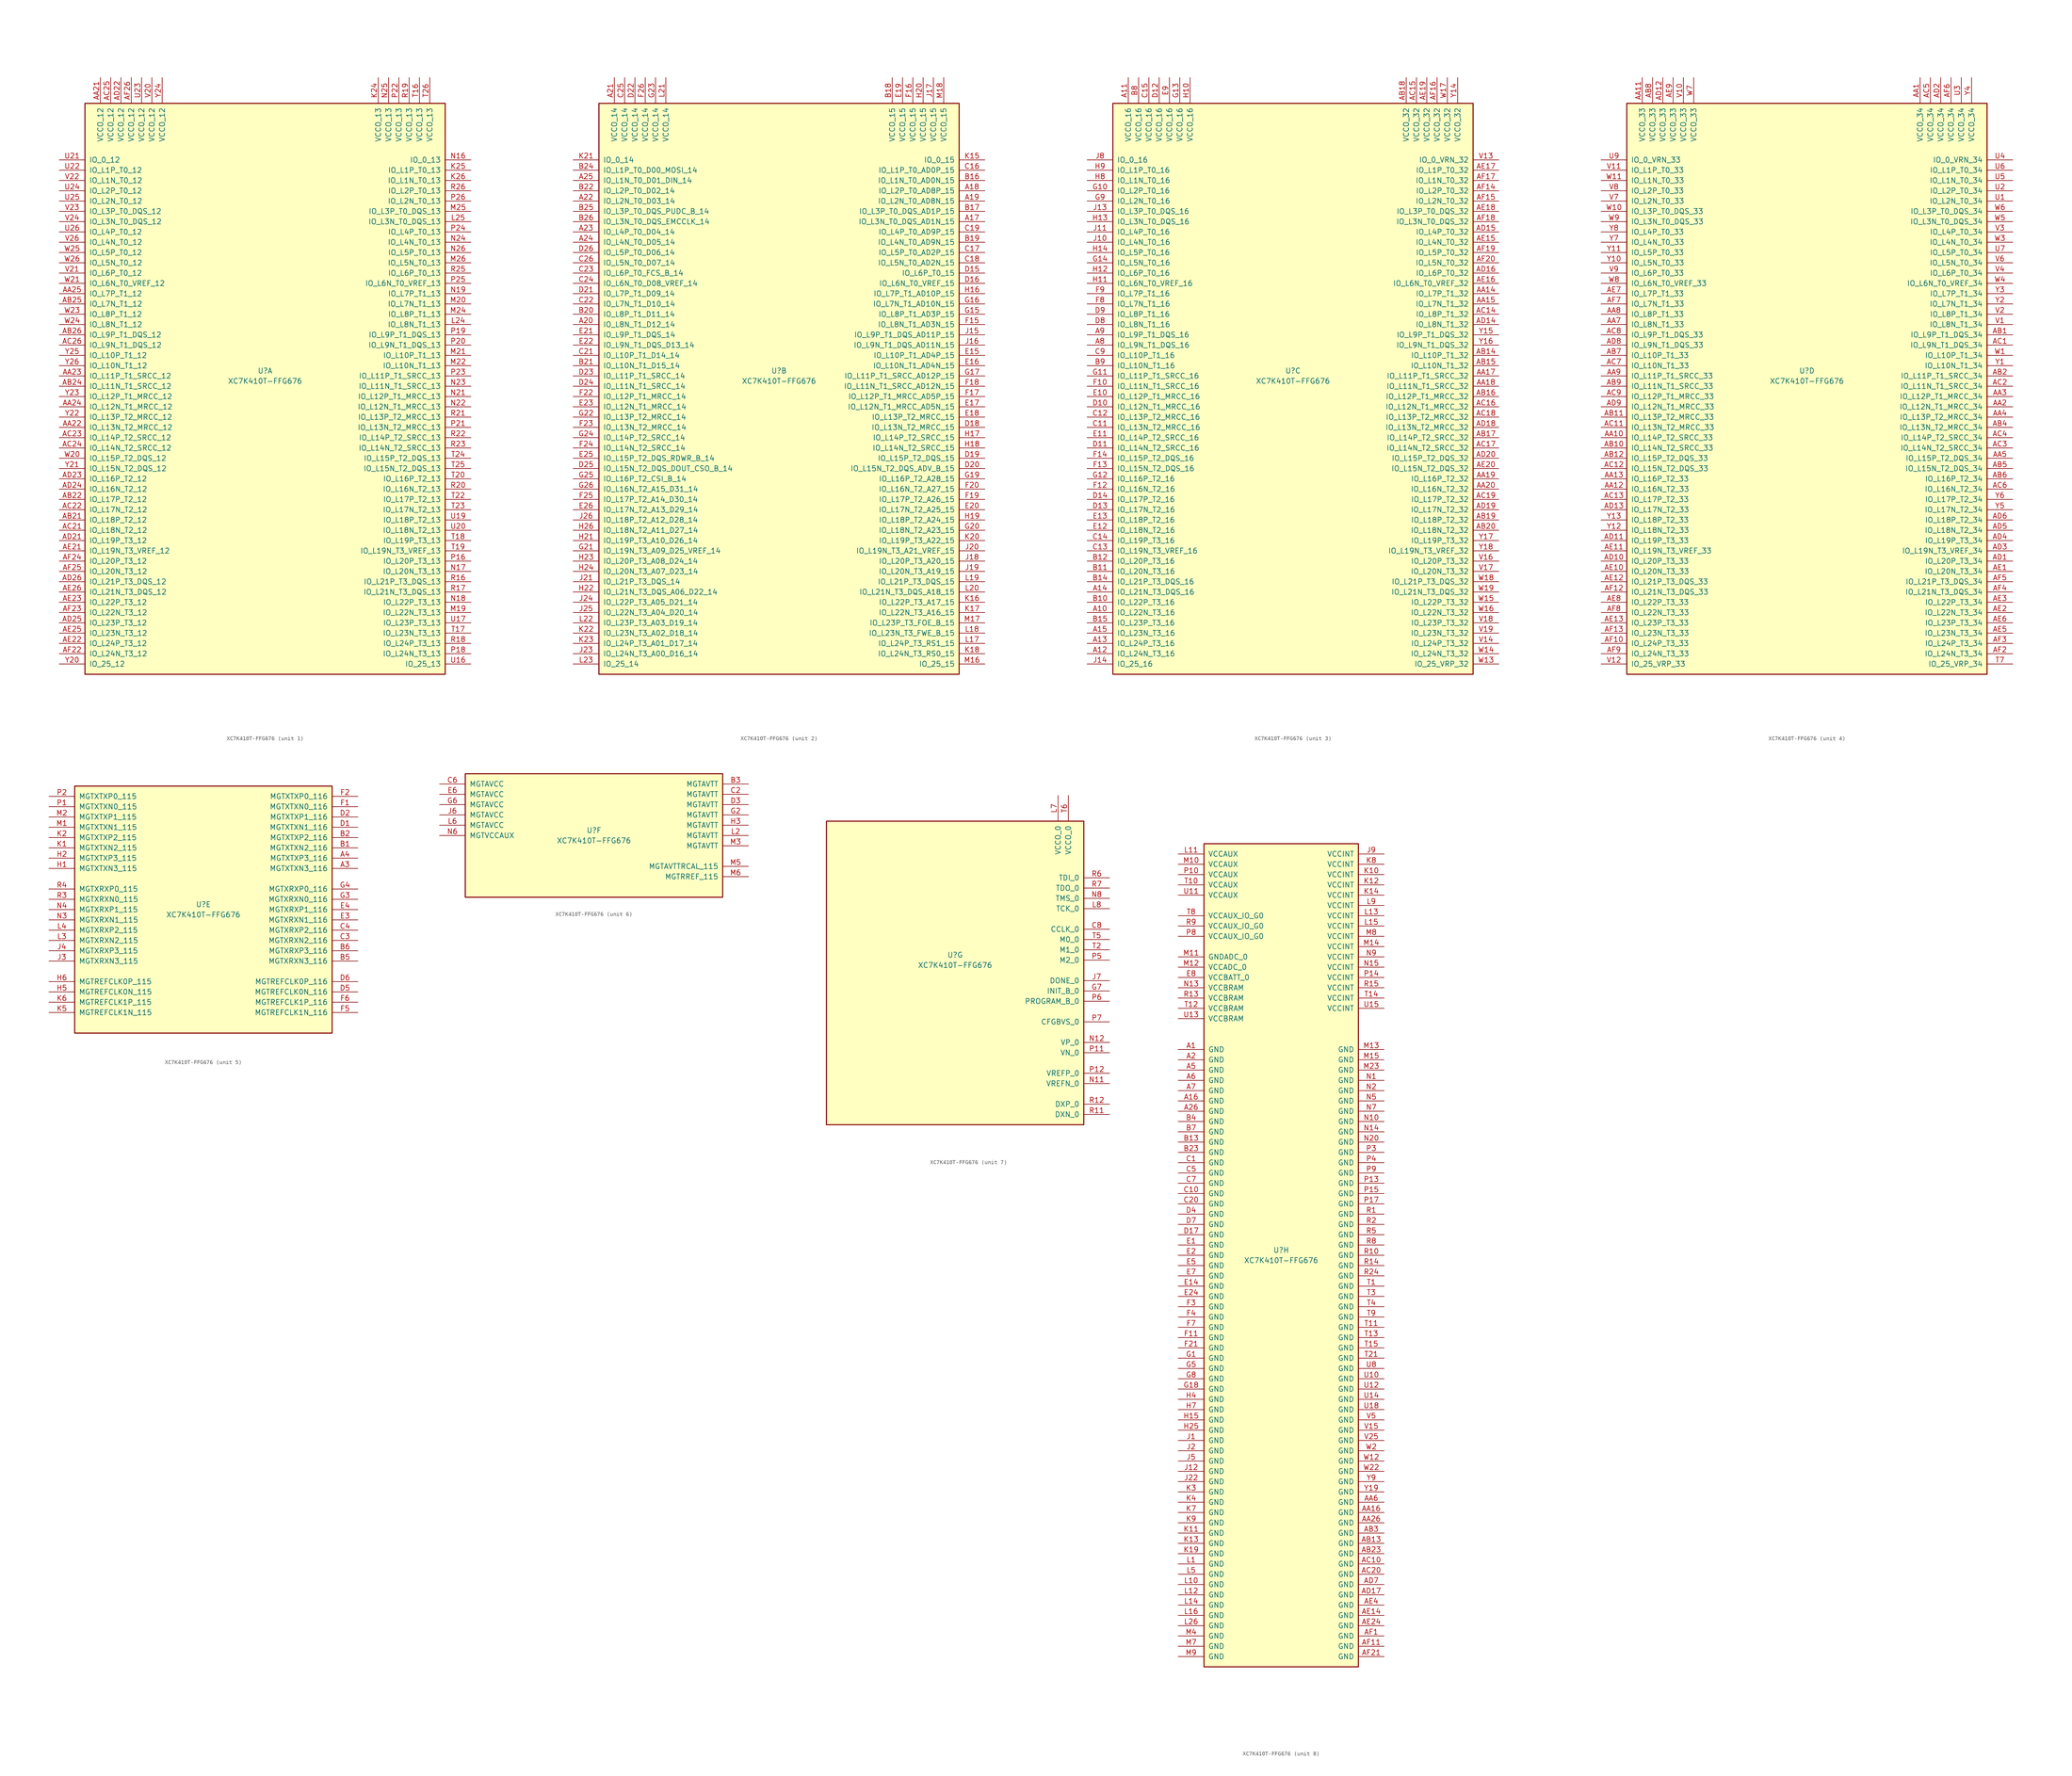
<source format=kicad_sym>
(kicad_symbol_lib
  (version 20201005)
  (generator kicad_symbol_editor)
  (symbol "XC7K410T-FFG676"
    (pin_names
      (offset 1.016))
    (property "Reference" "U"
      (at 0 1.27 0)
      (effects (font (size 1.27 1.27))))
    (property "Value" "XC7K410T-FFG676"
      (at 0 -1.27 0)
      (effects (font (size 1.27 1.27))))
    (property "Datasheet" ""
      (at 0 0 0)
      (effects (font (size 1.27 1.27))))
    (property "ki_locked" ""
      (at 0 0 0)
      (effects (font (size 1.27 1.27))))
    (symbol "XC7K410T-FFG676_1_1"
      (rectangle (start -44.45 67.31) (end 44.45 -73.66) (stroke (width 0.254)) (fill (type background)))
      (pin power_in line (at -40.64 73.66 270) (length 6.35) (name "VCCO_12" (effects (font (size 1.27 1.27)))) (number "AA21" (effects (font (size 1.27 1.27)))))
      (pin power_in line (at -38.1 73.66 270) (length 6.35) (name "VCCO_12" (effects (font (size 1.27 1.27)))) (number "AC25" (effects (font (size 1.27 1.27)))))
      (pin power_in line (at -35.56 73.66 270) (length 6.35) (name "VCCO_12" (effects (font (size 1.27 1.27)))) (number "AD22" (effects (font (size 1.27 1.27)))))
      (pin power_in line (at -33.02 73.66 270) (length 6.35) (name "VCCO_12" (effects (font (size 1.27 1.27)))) (number "AF26" (effects (font (size 1.27 1.27)))))
      (pin power_in line (at -30.48 73.66 270) (length 6.35) (name "VCCO_12" (effects (font (size 1.27 1.27)))) (number "U23" (effects (font (size 1.27 1.27)))))
      (pin power_in line (at -27.94 73.66 270) (length 6.35) (name "VCCO_12" (effects (font (size 1.27 1.27)))) (number "V20" (effects (font (size 1.27 1.27)))))
      (pin power_in line (at -25.4 73.66 270) (length 6.35) (name "VCCO_12" (effects (font (size 1.27 1.27)))) (number "Y24" (effects (font (size 1.27 1.27)))))
      (pin bidirectional line (at -50.8 53.34 0) (length 6.35) (name "IO_0_12" (effects (font (size 1.27 1.27)))) (number "U21" (effects (font (size 1.27 1.27)))))
      (pin bidirectional line (at -50.8 50.8 0) (length 6.35) (name "IO_L1P_T0_12" (effects (font (size 1.27 1.27)))) (number "U22" (effects (font (size 1.27 1.27)))))
      (pin bidirectional line (at -50.8 48.26 0) (length 6.35) (name "IO_L1N_T0_12" (effects (font (size 1.27 1.27)))) (number "V22" (effects (font (size 1.27 1.27)))))
      (pin bidirectional line (at -50.8 45.72 0) (length 6.35) (name "IO_L2P_T0_12" (effects (font (size 1.27 1.27)))) (number "U24" (effects (font (size 1.27 1.27)))))
      (pin bidirectional line (at -50.8 43.18 0) (length 6.35) (name "IO_L2N_T0_12" (effects (font (size 1.27 1.27)))) (number "U25" (effects (font (size 1.27 1.27)))))
      (pin bidirectional line (at -50.8 40.64 0) (length 6.35) (name "IO_L3P_T0_DQS_12" (effects (font (size 1.27 1.27)))) (number "V23" (effects (font (size 1.27 1.27)))))
      (pin bidirectional line (at -50.8 38.1 0) (length 6.35) (name "IO_L3N_T0_DQS_12" (effects (font (size 1.27 1.27)))) (number "V24" (effects (font (size 1.27 1.27)))))
      (pin bidirectional line (at -50.8 35.56 0) (length 6.35) (name "IO_L4P_T0_12" (effects (font (size 1.27 1.27)))) (number "U26" (effects (font (size 1.27 1.27)))))
      (pin bidirectional line (at -50.8 33.02 0) (length 6.35) (name "IO_L4N_T0_12" (effects (font (size 1.27 1.27)))) (number "V26" (effects (font (size 1.27 1.27)))))
      (pin bidirectional line (at -50.8 30.48 0) (length 6.35) (name "IO_L5P_T0_12" (effects (font (size 1.27 1.27)))) (number "W25" (effects (font (size 1.27 1.27)))))
      (pin bidirectional line (at -50.8 27.94 0) (length 6.35) (name "IO_L5N_T0_12" (effects (font (size 1.27 1.27)))) (number "W26" (effects (font (size 1.27 1.27)))))
      (pin bidirectional line (at -50.8 25.4 0) (length 6.35) (name "IO_L6P_T0_12" (effects (font (size 1.27 1.27)))) (number "V21" (effects (font (size 1.27 1.27)))))
      (pin bidirectional line (at -50.8 22.86 0) (length 6.35) (name "IO_L6N_T0_VREF_12" (effects (font (size 1.27 1.27)))) (number "W21" (effects (font (size 1.27 1.27)))))
      (pin bidirectional line (at -50.8 20.32 0) (length 6.35) (name "IO_L7P_T1_12" (effects (font (size 1.27 1.27)))) (number "AA25" (effects (font (size 1.27 1.27)))))
      (pin bidirectional line (at -50.8 17.78 0) (length 6.35) (name "IO_L7N_T1_12" (effects (font (size 1.27 1.27)))) (number "AB25" (effects (font (size 1.27 1.27)))))
      (pin bidirectional line (at -50.8 15.24 0) (length 6.35) (name "IO_L8P_T1_12" (effects (font (size 1.27 1.27)))) (number "W23" (effects (font (size 1.27 1.27)))))
      (pin bidirectional line (at -50.8 12.7 0) (length 6.35) (name "IO_L8N_T1_12" (effects (font (size 1.27 1.27)))) (number "W24" (effects (font (size 1.27 1.27)))))
      (pin bidirectional line (at -50.8 10.16 0) (length 6.35) (name "IO_L9P_T1_DQS_12" (effects (font (size 1.27 1.27)))) (number "AB26" (effects (font (size 1.27 1.27)))))
      (pin bidirectional line (at -50.8 7.62 0) (length 6.35) (name "IO_L9N_T1_DQS_12" (effects (font (size 1.27 1.27)))) (number "AC26" (effects (font (size 1.27 1.27)))))
      (pin bidirectional line (at -50.8 5.08 0) (length 6.35) (name "IO_L10P_T1_12" (effects (font (size 1.27 1.27)))) (number "Y25" (effects (font (size 1.27 1.27)))))
      (pin bidirectional line (at -50.8 2.54 0) (length 6.35) (name "IO_L10N_T1_12" (effects (font (size 1.27 1.27)))) (number "Y26" (effects (font (size 1.27 1.27)))))
      (pin bidirectional line (at -50.8 0 0) (length 6.35) (name "IO_L11P_T1_SRCC_12" (effects (font (size 1.27 1.27)))) (number "AA23" (effects (font (size 1.27 1.27)))))
      (pin bidirectional line (at -50.8 -2.54 0) (length 6.35) (name "IO_L11N_T1_SRCC_12" (effects (font (size 1.27 1.27)))) (number "AB24" (effects (font (size 1.27 1.27)))))
      (pin bidirectional line (at -50.8 -5.08 0) (length 6.35) (name "IO_L12P_T1_MRCC_12" (effects (font (size 1.27 1.27)))) (number "Y23" (effects (font (size 1.27 1.27)))))
      (pin bidirectional line (at -50.8 -7.62 0) (length 6.35) (name "IO_L12N_T1_MRCC_12" (effects (font (size 1.27 1.27)))) (number "AA24" (effects (font (size 1.27 1.27)))))
      (pin bidirectional line (at -50.8 -10.16 0) (length 6.35) (name "IO_L13P_T2_MRCC_12" (effects (font (size 1.27 1.27)))) (number "Y22" (effects (font (size 1.27 1.27)))))
      (pin bidirectional line (at -50.8 -12.7 0) (length 6.35) (name "IO_L13N_T2_MRCC_12" (effects (font (size 1.27 1.27)))) (number "AA22" (effects (font (size 1.27 1.27)))))
      (pin bidirectional line (at -50.8 -15.24 0) (length 6.35) (name "IO_L14P_T2_SRCC_12" (effects (font (size 1.27 1.27)))) (number "AC23" (effects (font (size 1.27 1.27)))))
      (pin bidirectional line (at -50.8 -17.78 0) (length 6.35) (name "IO_L14N_T2_SRCC_12" (effects (font (size 1.27 1.27)))) (number "AC24" (effects (font (size 1.27 1.27)))))
      (pin bidirectional line (at -50.8 -20.32 0) (length 6.35) (name "IO_L15P_T2_DQS_12" (effects (font (size 1.27 1.27)))) (number "W20" (effects (font (size 1.27 1.27)))))
      (pin bidirectional line (at -50.8 -22.86 0) (length 6.35) (name "IO_L15N_T2_DQS_12" (effects (font (size 1.27 1.27)))) (number "Y21" (effects (font (size 1.27 1.27)))))
      (pin bidirectional line (at -50.8 -25.4 0) (length 6.35) (name "IO_L16P_T2_12" (effects (font (size 1.27 1.27)))) (number "AD23" (effects (font (size 1.27 1.27)))))
      (pin bidirectional line (at -50.8 -27.94 0) (length 6.35) (name "IO_L16N_T2_12" (effects (font (size 1.27 1.27)))) (number "AD24" (effects (font (size 1.27 1.27)))))
      (pin bidirectional line (at -50.8 -30.48 0) (length 6.35) (name "IO_L17P_T2_12" (effects (font (size 1.27 1.27)))) (number "AB22" (effects (font (size 1.27 1.27)))))
      (pin bidirectional line (at -50.8 -33.02 0) (length 6.35) (name "IO_L17N_T2_12" (effects (font (size 1.27 1.27)))) (number "AC22" (effects (font (size 1.27 1.27)))))
      (pin bidirectional line (at -50.8 -35.56 0) (length 6.35) (name "IO_L18P_T2_12" (effects (font (size 1.27 1.27)))) (number "AB21" (effects (font (size 1.27 1.27)))))
      (pin bidirectional line (at -50.8 -38.1 0) (length 6.35) (name "IO_L18N_T2_12" (effects (font (size 1.27 1.27)))) (number "AC21" (effects (font (size 1.27 1.27)))))
      (pin bidirectional line (at -50.8 -40.64 0) (length 6.35) (name "IO_L19P_T3_12" (effects (font (size 1.27 1.27)))) (number "AD21" (effects (font (size 1.27 1.27)))))
      (pin bidirectional line (at -50.8 -43.18 0) (length 6.35) (name "IO_L19N_T3_VREF_12" (effects (font (size 1.27 1.27)))) (number "AE21" (effects (font (size 1.27 1.27)))))
      (pin bidirectional line (at -50.8 -45.72 0) (length 6.35) (name "IO_L20P_T3_12" (effects (font (size 1.27 1.27)))) (number "AF24" (effects (font (size 1.27 1.27)))))
      (pin bidirectional line (at -50.8 -48.26 0) (length 6.35) (name "IO_L20N_T3_12" (effects (font (size 1.27 1.27)))) (number "AF25" (effects (font (size 1.27 1.27)))))
      (pin bidirectional line (at -50.8 -50.8 0) (length 6.35) (name "IO_L21P_T3_DQS_12" (effects (font (size 1.27 1.27)))) (number "AD26" (effects (font (size 1.27 1.27)))))
      (pin bidirectional line (at -50.8 -53.34 0) (length 6.35) (name "IO_L21N_T3_DQS_12" (effects (font (size 1.27 1.27)))) (number "AE26" (effects (font (size 1.27 1.27)))))
      (pin bidirectional line (at -50.8 -55.88 0) (length 6.35) (name "IO_L22P_T3_12" (effects (font (size 1.27 1.27)))) (number "AE23" (effects (font (size 1.27 1.27)))))
      (pin bidirectional line (at -50.8 -58.42 0) (length 6.35) (name "IO_L22N_T3_12" (effects (font (size 1.27 1.27)))) (number "AF23" (effects (font (size 1.27 1.27)))))
      (pin bidirectional line (at -50.8 -60.96 0) (length 6.35) (name "IO_L23P_T3_12" (effects (font (size 1.27 1.27)))) (number "AD25" (effects (font (size 1.27 1.27)))))
      (pin bidirectional line (at -50.8 -63.5 0) (length 6.35) (name "IO_L23N_T3_12" (effects (font (size 1.27 1.27)))) (number "AE25" (effects (font (size 1.27 1.27)))))
      (pin bidirectional line (at -50.8 -66.04 0) (length 6.35) (name "IO_L24P_T3_12" (effects (font (size 1.27 1.27)))) (number "AE22" (effects (font (size 1.27 1.27)))))
      (pin bidirectional line (at -50.8 -68.58 0) (length 6.35) (name "IO_L24N_T3_12" (effects (font (size 1.27 1.27)))) (number "AF22" (effects (font (size 1.27 1.27)))))
      (pin bidirectional line (at -50.8 -71.12 0) (length 6.35) (name "IO_25_12" (effects (font (size 1.27 1.27)))) (number "Y20" (effects (font (size 1.27 1.27)))))
      (pin power_in line (at 27.94 73.66 270) (length 6.35) (name "VCCO_13" (effects (font (size 1.27 1.27)))) (number "K24" (effects (font (size 1.27 1.27)))))
      (pin power_in line (at 30.48 73.66 270) (length 6.35) (name "VCCO_13" (effects (font (size 1.27 1.27)))) (number "N25" (effects (font (size 1.27 1.27)))))
      (pin power_in line (at 33.02 73.66 270) (length 6.35) (name "VCCO_13" (effects (font (size 1.27 1.27)))) (number "P22" (effects (font (size 1.27 1.27)))))
      (pin power_in line (at 35.56 73.66 270) (length 6.35) (name "VCCO_13" (effects (font (size 1.27 1.27)))) (number "R19" (effects (font (size 1.27 1.27)))))
      (pin power_in line (at 38.1 73.66 270) (length 6.35) (name "VCCO_13" (effects (font (size 1.27 1.27)))) (number "T16" (effects (font (size 1.27 1.27)))))
      (pin power_in line (at 40.64 73.66 270) (length 6.35) (name "VCCO_13" (effects (font (size 1.27 1.27)))) (number "T26" (effects (font (size 1.27 1.27)))))
      (pin bidirectional line (at 50.8 53.34 180) (length 6.35) (name "IO_0_13" (effects (font (size 1.27 1.27)))) (number "N16" (effects (font (size 1.27 1.27)))))
      (pin bidirectional line (at 50.8 50.8 180) (length 6.35) (name "IO_L1P_T0_13" (effects (font (size 1.27 1.27)))) (number "K25" (effects (font (size 1.27 1.27)))))
      (pin bidirectional line (at 50.8 48.26 180) (length 6.35) (name "IO_L1N_T0_13" (effects (font (size 1.27 1.27)))) (number "K26" (effects (font (size 1.27 1.27)))))
      (pin bidirectional line (at 50.8 45.72 180) (length 6.35) (name "IO_L2P_T0_13" (effects (font (size 1.27 1.27)))) (number "R26" (effects (font (size 1.27 1.27)))))
      (pin bidirectional line (at 50.8 43.18 180) (length 6.35) (name "IO_L2N_T0_13" (effects (font (size 1.27 1.27)))) (number "P26" (effects (font (size 1.27 1.27)))))
      (pin bidirectional line (at 50.8 40.64 180) (length 6.35) (name "IO_L3P_T0_DQS_13" (effects (font (size 1.27 1.27)))) (number "M25" (effects (font (size 1.27 1.27)))))
      (pin bidirectional line (at 50.8 38.1 180) (length 6.35) (name "IO_L3N_T0_DQS_13" (effects (font (size 1.27 1.27)))) (number "L25" (effects (font (size 1.27 1.27)))))
      (pin bidirectional line (at 50.8 35.56 180) (length 6.35) (name "IO_L4P_T0_13" (effects (font (size 1.27 1.27)))) (number "P24" (effects (font (size 1.27 1.27)))))
      (pin bidirectional line (at 50.8 33.02 180) (length 6.35) (name "IO_L4N_T0_13" (effects (font (size 1.27 1.27)))) (number "N24" (effects (font (size 1.27 1.27)))))
      (pin bidirectional line (at 50.8 30.48 180) (length 6.35) (name "IO_L5P_T0_13" (effects (font (size 1.27 1.27)))) (number "N26" (effects (font (size 1.27 1.27)))))
      (pin bidirectional line (at 50.8 27.94 180) (length 6.35) (name "IO_L5N_T0_13" (effects (font (size 1.27 1.27)))) (number "M26" (effects (font (size 1.27 1.27)))))
      (pin bidirectional line (at 50.8 25.4 180) (length 6.35) (name "IO_L6P_T0_13" (effects (font (size 1.27 1.27)))) (number "R25" (effects (font (size 1.27 1.27)))))
      (pin bidirectional line (at 50.8 22.86 180) (length 6.35) (name "IO_L6N_T0_VREF_13" (effects (font (size 1.27 1.27)))) (number "P25" (effects (font (size 1.27 1.27)))))
      (pin bidirectional line (at 50.8 20.32 180) (length 6.35) (name "IO_L7P_T1_13" (effects (font (size 1.27 1.27)))) (number "N19" (effects (font (size 1.27 1.27)))))
      (pin bidirectional line (at 50.8 17.78 180) (length 6.35) (name "IO_L7N_T1_13" (effects (font (size 1.27 1.27)))) (number "M20" (effects (font (size 1.27 1.27)))))
      (pin bidirectional line (at 50.8 15.24 180) (length 6.35) (name "IO_L8P_T1_13" (effects (font (size 1.27 1.27)))) (number "M24" (effects (font (size 1.27 1.27)))))
      (pin bidirectional line (at 50.8 12.7 180) (length 6.35) (name "IO_L8N_T1_13" (effects (font (size 1.27 1.27)))) (number "L24" (effects (font (size 1.27 1.27)))))
      (pin bidirectional line (at 50.8 10.16 180) (length 6.35) (name "IO_L9P_T1_DQS_13" (effects (font (size 1.27 1.27)))) (number "P19" (effects (font (size 1.27 1.27)))))
      (pin bidirectional line (at 50.8 7.62 180) (length 6.35) (name "IO_L9N_T1_DQS_13" (effects (font (size 1.27 1.27)))) (number "P20" (effects (font (size 1.27 1.27)))))
      (pin bidirectional line (at 50.8 5.08 180) (length 6.35) (name "IO_L10P_T1_13" (effects (font (size 1.27 1.27)))) (number "M21" (effects (font (size 1.27 1.27)))))
      (pin bidirectional line (at 50.8 2.54 180) (length 6.35) (name "IO_L10N_T1_13" (effects (font (size 1.27 1.27)))) (number "M22" (effects (font (size 1.27 1.27)))))
      (pin bidirectional line (at 50.8 0 180) (length 6.35) (name "IO_L11P_T1_SRCC_13" (effects (font (size 1.27 1.27)))) (number "P23" (effects (font (size 1.27 1.27)))))
      (pin bidirectional line (at 50.8 -2.54 180) (length 6.35) (name "IO_L11N_T1_SRCC_13" (effects (font (size 1.27 1.27)))) (number "N23" (effects (font (size 1.27 1.27)))))
      (pin bidirectional line (at 50.8 -5.08 180) (length 6.35) (name "IO_L12P_T1_MRCC_13" (effects (font (size 1.27 1.27)))) (number "N21" (effects (font (size 1.27 1.27)))))
      (pin bidirectional line (at 50.8 -7.62 180) (length 6.35) (name "IO_L12N_T1_MRCC_13" (effects (font (size 1.27 1.27)))) (number "N22" (effects (font (size 1.27 1.27)))))
      (pin bidirectional line (at 50.8 -10.16 180) (length 6.35) (name "IO_L13P_T2_MRCC_13" (effects (font (size 1.27 1.27)))) (number "R21" (effects (font (size 1.27 1.27)))))
      (pin bidirectional line (at 50.8 -12.7 180) (length 6.35) (name "IO_L13N_T2_MRCC_13" (effects (font (size 1.27 1.27)))) (number "P21" (effects (font (size 1.27 1.27)))))
      (pin bidirectional line (at 50.8 -15.24 180) (length 6.35) (name "IO_L14P_T2_SRCC_13" (effects (font (size 1.27 1.27)))) (number "R22" (effects (font (size 1.27 1.27)))))
      (pin bidirectional line (at 50.8 -17.78 180) (length 6.35) (name "IO_L14N_T2_SRCC_13" (effects (font (size 1.27 1.27)))) (number "R23" (effects (font (size 1.27 1.27)))))
      (pin bidirectional line (at 50.8 -20.32 180) (length 6.35) (name "IO_L15P_T2_DQS_13" (effects (font (size 1.27 1.27)))) (number "T24" (effects (font (size 1.27 1.27)))))
      (pin bidirectional line (at 50.8 -22.86 180) (length 6.35) (name "IO_L15N_T2_DQS_13" (effects (font (size 1.27 1.27)))) (number "T25" (effects (font (size 1.27 1.27)))))
      (pin bidirectional line (at 50.8 -25.4 180) (length 6.35) (name "IO_L16P_T2_13" (effects (font (size 1.27 1.27)))) (number "T20" (effects (font (size 1.27 1.27)))))
      (pin bidirectional line (at 50.8 -27.94 180) (length 6.35) (name "IO_L16N_T2_13" (effects (font (size 1.27 1.27)))) (number "R20" (effects (font (size 1.27 1.27)))))
      (pin bidirectional line (at 50.8 -30.48 180) (length 6.35) (name "IO_L17P_T2_13" (effects (font (size 1.27 1.27)))) (number "T22" (effects (font (size 1.27 1.27)))))
      (pin bidirectional line (at 50.8 -33.02 180) (length 6.35) (name "IO_L17N_T2_13" (effects (font (size 1.27 1.27)))) (number "T23" (effects (font (size 1.27 1.27)))))
      (pin bidirectional line (at 50.8 -35.56 180) (length 6.35) (name "IO_L18P_T2_13" (effects (font (size 1.27 1.27)))) (number "U19" (effects (font (size 1.27 1.27)))))
      (pin bidirectional line (at 50.8 -38.1 180) (length 6.35) (name "IO_L18N_T2_13" (effects (font (size 1.27 1.27)))) (number "U20" (effects (font (size 1.27 1.27)))))
      (pin bidirectional line (at 50.8 -40.64 180) (length 6.35) (name "IO_L19P_T3_13" (effects (font (size 1.27 1.27)))) (number "T18" (effects (font (size 1.27 1.27)))))
      (pin bidirectional line (at 50.8 -43.18 180) (length 6.35) (name "IO_L19N_T3_VREF_13" (effects (font (size 1.27 1.27)))) (number "T19" (effects (font (size 1.27 1.27)))))
      (pin bidirectional line (at 50.8 -45.72 180) (length 6.35) (name "IO_L20P_T3_13" (effects (font (size 1.27 1.27)))) (number "P16" (effects (font (size 1.27 1.27)))))
      (pin bidirectional line (at 50.8 -48.26 180) (length 6.35) (name "IO_L20N_T3_13" (effects (font (size 1.27 1.27)))) (number "N17" (effects (font (size 1.27 1.27)))))
      (pin bidirectional line (at 50.8 -50.8 180) (length 6.35) (name "IO_L21P_T3_DQS_13" (effects (font (size 1.27 1.27)))) (number "R16" (effects (font (size 1.27 1.27)))))
      (pin bidirectional line (at 50.8 -53.34 180) (length 6.35) (name "IO_L21N_T3_DQS_13" (effects (font (size 1.27 1.27)))) (number "R17" (effects (font (size 1.27 1.27)))))
      (pin bidirectional line (at 50.8 -55.88 180) (length 6.35) (name "IO_L22P_T3_13" (effects (font (size 1.27 1.27)))) (number "N18" (effects (font (size 1.27 1.27)))))
      (pin bidirectional line (at 50.8 -58.42 180) (length 6.35) (name "IO_L22N_T3_13" (effects (font (size 1.27 1.27)))) (number "M19" (effects (font (size 1.27 1.27)))))
      (pin bidirectional line (at 50.8 -60.96 180) (length 6.35) (name "IO_L23P_T3_13" (effects (font (size 1.27 1.27)))) (number "U17" (effects (font (size 1.27 1.27)))))
      (pin bidirectional line (at 50.8 -63.5 180) (length 6.35) (name "IO_L23N_T3_13" (effects (font (size 1.27 1.27)))) (number "T17" (effects (font (size 1.27 1.27)))))
      (pin bidirectional line (at 50.8 -66.04 180) (length 6.35) (name "IO_L24P_T3_13" (effects (font (size 1.27 1.27)))) (number "R18" (effects (font (size 1.27 1.27)))))
      (pin bidirectional line (at 50.8 -68.58 180) (length 6.35) (name "IO_L24N_T3_13" (effects (font (size 1.27 1.27)))) (number "P18" (effects (font (size 1.27 1.27)))))
      (pin bidirectional line (at 50.8 -71.12 180) (length 6.35) (name "IO_25_13" (effects (font (size 1.27 1.27)))) (number "U16" (effects (font (size 1.27 1.27))))))
    (symbol "XC7K410T-FFG676_2_1"
      (rectangle (start -44.45 67.31) (end 44.45 -73.66) (stroke (width 0.254)) (fill (type background)))
      (pin power_in line (at -40.64 73.66 270) (length 6.35) (name "VCCO_14" (effects (font (size 1.27 1.27)))) (number "A21" (effects (font (size 1.27 1.27)))))
      (pin power_in line (at -38.1 73.66 270) (length 6.35) (name "VCCO_14" (effects (font (size 1.27 1.27)))) (number "C25" (effects (font (size 1.27 1.27)))))
      (pin power_in line (at -35.56 73.66 270) (length 6.35) (name "VCCO_14" (effects (font (size 1.27 1.27)))) (number "D22" (effects (font (size 1.27 1.27)))))
      (pin power_in line (at -33.02 73.66 270) (length 6.35) (name "VCCO_14" (effects (font (size 1.27 1.27)))) (number "F26" (effects (font (size 1.27 1.27)))))
      (pin power_in line (at -30.48 73.66 270) (length 6.35) (name "VCCO_14" (effects (font (size 1.27 1.27)))) (number "G23" (effects (font (size 1.27 1.27)))))
      (pin power_in line (at -27.94 73.66 270) (length 6.35) (name "VCCO_14" (effects (font (size 1.27 1.27)))) (number "L21" (effects (font (size 1.27 1.27)))))
      (pin bidirectional line (at -50.8 53.34 0) (length 6.35) (name "IO_0_14" (effects (font (size 1.27 1.27)))) (number "K21" (effects (font (size 1.27 1.27)))))
      (pin bidirectional line (at -50.8 50.8 0) (length 6.35) (name "IO_L1P_T0_D00_MOSI_14" (effects (font (size 1.27 1.27)))) (number "B24" (effects (font (size 1.27 1.27)))))
      (pin bidirectional line (at -50.8 48.26 0) (length 6.35) (name "IO_L1N_T0_D01_DIN_14" (effects (font (size 1.27 1.27)))) (number "A25" (effects (font (size 1.27 1.27)))))
      (pin bidirectional line (at -50.8 45.72 0) (length 6.35) (name "IO_L2P_T0_D02_14" (effects (font (size 1.27 1.27)))) (number "B22" (effects (font (size 1.27 1.27)))))
      (pin bidirectional line (at -50.8 43.18 0) (length 6.35) (name "IO_L2N_T0_D03_14" (effects (font (size 1.27 1.27)))) (number "A22" (effects (font (size 1.27 1.27)))))
      (pin bidirectional line (at -50.8 40.64 0) (length 6.35) (name "IO_L3P_T0_DQS_PUDC_B_14" (effects (font (size 1.27 1.27)))) (number "B25" (effects (font (size 1.27 1.27)))))
      (pin bidirectional line (at -50.8 38.1 0) (length 6.35) (name "IO_L3N_T0_DQS_EMCCLK_14" (effects (font (size 1.27 1.27)))) (number "B26" (effects (font (size 1.27 1.27)))))
      (pin bidirectional line (at -50.8 35.56 0) (length 6.35) (name "IO_L4P_T0_D04_14" (effects (font (size 1.27 1.27)))) (number "A23" (effects (font (size 1.27 1.27)))))
      (pin bidirectional line (at -50.8 33.02 0) (length 6.35) (name "IO_L4N_T0_D05_14" (effects (font (size 1.27 1.27)))) (number "A24" (effects (font (size 1.27 1.27)))))
      (pin bidirectional line (at -50.8 30.48 0) (length 6.35) (name "IO_L5P_T0_D06_14" (effects (font (size 1.27 1.27)))) (number "D26" (effects (font (size 1.27 1.27)))))
      (pin bidirectional line (at -50.8 27.94 0) (length 6.35) (name "IO_L5N_T0_D07_14" (effects (font (size 1.27 1.27)))) (number "C26" (effects (font (size 1.27 1.27)))))
      (pin bidirectional line (at -50.8 25.4 0) (length 6.35) (name "IO_L6P_T0_FCS_B_14" (effects (font (size 1.27 1.27)))) (number "C23" (effects (font (size 1.27 1.27)))))
      (pin bidirectional line (at -50.8 22.86 0) (length 6.35) (name "IO_L6N_T0_D08_VREF_14" (effects (font (size 1.27 1.27)))) (number "C24" (effects (font (size 1.27 1.27)))))
      (pin bidirectional line (at -50.8 20.32 0) (length 6.35) (name "IO_L7P_T1_D09_14" (effects (font (size 1.27 1.27)))) (number "D21" (effects (font (size 1.27 1.27)))))
      (pin bidirectional line (at -50.8 17.78 0) (length 6.35) (name "IO_L7N_T1_D10_14" (effects (font (size 1.27 1.27)))) (number "C22" (effects (font (size 1.27 1.27)))))
      (pin bidirectional line (at -50.8 15.24 0) (length 6.35) (name "IO_L8P_T1_D11_14" (effects (font (size 1.27 1.27)))) (number "B20" (effects (font (size 1.27 1.27)))))
      (pin bidirectional line (at -50.8 12.7 0) (length 6.35) (name "IO_L8N_T1_D12_14" (effects (font (size 1.27 1.27)))) (number "A20" (effects (font (size 1.27 1.27)))))
      (pin bidirectional line (at -50.8 10.16 0) (length 6.35) (name "IO_L9P_T1_DQS_14" (effects (font (size 1.27 1.27)))) (number "E21" (effects (font (size 1.27 1.27)))))
      (pin bidirectional line (at -50.8 7.62 0) (length 6.35) (name "IO_L9N_T1_DQS_D13_14" (effects (font (size 1.27 1.27)))) (number "E22" (effects (font (size 1.27 1.27)))))
      (pin bidirectional line (at -50.8 5.08 0) (length 6.35) (name "IO_L10P_T1_D14_14" (effects (font (size 1.27 1.27)))) (number "C21" (effects (font (size 1.27 1.27)))))
      (pin bidirectional line (at -50.8 2.54 0) (length 6.35) (name "IO_L10N_T1_D15_14" (effects (font (size 1.27 1.27)))) (number "B21" (effects (font (size 1.27 1.27)))))
      (pin bidirectional line (at -50.8 0 0) (length 6.35) (name "IO_L11P_T1_SRCC_14" (effects (font (size 1.27 1.27)))) (number "D23" (effects (font (size 1.27 1.27)))))
      (pin bidirectional line (at -50.8 -2.54 0) (length 6.35) (name "IO_L11N_T1_SRCC_14" (effects (font (size 1.27 1.27)))) (number "D24" (effects (font (size 1.27 1.27)))))
      (pin bidirectional line (at -50.8 -5.08 0) (length 6.35) (name "IO_L12P_T1_MRCC_14" (effects (font (size 1.27 1.27)))) (number "F22" (effects (font (size 1.27 1.27)))))
      (pin bidirectional line (at -50.8 -7.62 0) (length 6.35) (name "IO_L12N_T1_MRCC_14" (effects (font (size 1.27 1.27)))) (number "E23" (effects (font (size 1.27 1.27)))))
      (pin bidirectional line (at -50.8 -10.16 0) (length 6.35) (name "IO_L13P_T2_MRCC_14" (effects (font (size 1.27 1.27)))) (number "G22" (effects (font (size 1.27 1.27)))))
      (pin bidirectional line (at -50.8 -12.7 0) (length 6.35) (name "IO_L13N_T2_MRCC_14" (effects (font (size 1.27 1.27)))) (number "F23" (effects (font (size 1.27 1.27)))))
      (pin bidirectional line (at -50.8 -15.24 0) (length 6.35) (name "IO_L14P_T2_SRCC_14" (effects (font (size 1.27 1.27)))) (number "G24" (effects (font (size 1.27 1.27)))))
      (pin bidirectional line (at -50.8 -17.78 0) (length 6.35) (name "IO_L14N_T2_SRCC_14" (effects (font (size 1.27 1.27)))) (number "F24" (effects (font (size 1.27 1.27)))))
      (pin bidirectional line (at -50.8 -20.32 0) (length 6.35) (name "IO_L15P_T2_DQS_RDWR_B_14" (effects (font (size 1.27 1.27)))) (number "E25" (effects (font (size 1.27 1.27)))))
      (pin bidirectional line (at -50.8 -22.86 0) (length 6.35) (name "IO_L15N_T2_DQS_DOUT_CSO_B_14" (effects (font (size 1.27 1.27)))) (number "D25" (effects (font (size 1.27 1.27)))))
      (pin bidirectional line (at -50.8 -25.4 0) (length 6.35) (name "IO_L16P_T2_CSI_B_14" (effects (font (size 1.27 1.27)))) (number "G25" (effects (font (size 1.27 1.27)))))
      (pin bidirectional line (at -50.8 -27.94 0) (length 6.35) (name "IO_L16N_T2_A15_D31_14" (effects (font (size 1.27 1.27)))) (number "G26" (effects (font (size 1.27 1.27)))))
      (pin bidirectional line (at -50.8 -30.48 0) (length 6.35) (name "IO_L17P_T2_A14_D30_14" (effects (font (size 1.27 1.27)))) (number "F25" (effects (font (size 1.27 1.27)))))
      (pin bidirectional line (at -50.8 -33.02 0) (length 6.35) (name "IO_L17N_T2_A13_D29_14" (effects (font (size 1.27 1.27)))) (number "E26" (effects (font (size 1.27 1.27)))))
      (pin bidirectional line (at -50.8 -35.56 0) (length 6.35) (name "IO_L18P_T2_A12_D28_14" (effects (font (size 1.27 1.27)))) (number "J26" (effects (font (size 1.27 1.27)))))
      (pin bidirectional line (at -50.8 -38.1 0) (length 6.35) (name "IO_L18N_T2_A11_D27_14" (effects (font (size 1.27 1.27)))) (number "H26" (effects (font (size 1.27 1.27)))))
      (pin bidirectional line (at -50.8 -40.64 0) (length 6.35) (name "IO_L19P_T3_A10_D26_14" (effects (font (size 1.27 1.27)))) (number "H21" (effects (font (size 1.27 1.27)))))
      (pin bidirectional line (at -50.8 -43.18 0) (length 6.35) (name "IO_L19N_T3_A09_D25_VREF_14" (effects (font (size 1.27 1.27)))) (number "G21" (effects (font (size 1.27 1.27)))))
      (pin bidirectional line (at -50.8 -45.72 0) (length 6.35) (name "IO_L20P_T3_A08_D24_14" (effects (font (size 1.27 1.27)))) (number "H23" (effects (font (size 1.27 1.27)))))
      (pin bidirectional line (at -50.8 -48.26 0) (length 6.35) (name "IO_L20N_T3_A07_D23_14" (effects (font (size 1.27 1.27)))) (number "H24" (effects (font (size 1.27 1.27)))))
      (pin bidirectional line (at -50.8 -50.8 0) (length 6.35) (name "IO_L21P_T3_DQS_14" (effects (font (size 1.27 1.27)))) (number "J21" (effects (font (size 1.27 1.27)))))
      (pin bidirectional line (at -50.8 -53.34 0) (length 6.35) (name "IO_L21N_T3_DQS_A06_D22_14" (effects (font (size 1.27 1.27)))) (number "H22" (effects (font (size 1.27 1.27)))))
      (pin bidirectional line (at -50.8 -55.88 0) (length 6.35) (name "IO_L22P_T3_A05_D21_14" (effects (font (size 1.27 1.27)))) (number "J24" (effects (font (size 1.27 1.27)))))
      (pin bidirectional line (at -50.8 -58.42 0) (length 6.35) (name "IO_L22N_T3_A04_D20_14" (effects (font (size 1.27 1.27)))) (number "J25" (effects (font (size 1.27 1.27)))))
      (pin bidirectional line (at -50.8 -60.96 0) (length 6.35) (name "IO_L23P_T3_A03_D19_14" (effects (font (size 1.27 1.27)))) (number "L22" (effects (font (size 1.27 1.27)))))
      (pin bidirectional line (at -50.8 -63.5 0) (length 6.35) (name "IO_L23N_T3_A02_D18_14" (effects (font (size 1.27 1.27)))) (number "K22" (effects (font (size 1.27 1.27)))))
      (pin bidirectional line (at -50.8 -66.04 0) (length 6.35) (name "IO_L24P_T3_A01_D17_14" (effects (font (size 1.27 1.27)))) (number "K23" (effects (font (size 1.27 1.27)))))
      (pin bidirectional line (at -50.8 -68.58 0) (length 6.35) (name "IO_L24N_T3_A00_D16_14" (effects (font (size 1.27 1.27)))) (number "J23" (effects (font (size 1.27 1.27)))))
      (pin bidirectional line (at -50.8 -71.12 0) (length 6.35) (name "IO_25_14" (effects (font (size 1.27 1.27)))) (number "L23" (effects (font (size 1.27 1.27)))))
      (pin power_in line (at 27.94 73.66 270) (length 6.35) (name "VCCO_15" (effects (font (size 1.27 1.27)))) (number "B18" (effects (font (size 1.27 1.27)))))
      (pin power_in line (at 30.48 73.66 270) (length 6.35) (name "VCCO_15" (effects (font (size 1.27 1.27)))) (number "E19" (effects (font (size 1.27 1.27)))))
      (pin power_in line (at 33.02 73.66 270) (length 6.35) (name "VCCO_15" (effects (font (size 1.27 1.27)))) (number "F16" (effects (font (size 1.27 1.27)))))
      (pin power_in line (at 35.56 73.66 270) (length 6.35) (name "VCCO_15" (effects (font (size 1.27 1.27)))) (number "H20" (effects (font (size 1.27 1.27)))))
      (pin power_in line (at 38.1 73.66 270) (length 6.35) (name "VCCO_15" (effects (font (size 1.27 1.27)))) (number "J17" (effects (font (size 1.27 1.27)))))
      (pin power_in line (at 40.64 73.66 270) (length 6.35) (name "VCCO_15" (effects (font (size 1.27 1.27)))) (number "M18" (effects (font (size 1.27 1.27)))))
      (pin bidirectional line (at 50.8 53.34 180) (length 6.35) (name "IO_0_15" (effects (font (size 1.27 1.27)))) (number "K15" (effects (font (size 1.27 1.27)))))
      (pin bidirectional line (at 50.8 50.8 180) (length 6.35) (name "IO_L1P_T0_AD0P_15" (effects (font (size 1.27 1.27)))) (number "C16" (effects (font (size 1.27 1.27)))))
      (pin bidirectional line (at 50.8 48.26 180) (length 6.35) (name "IO_L1N_T0_AD0N_15" (effects (font (size 1.27 1.27)))) (number "B16" (effects (font (size 1.27 1.27)))))
      (pin bidirectional line (at 50.8 45.72 180) (length 6.35) (name "IO_L2P_T0_AD8P_15" (effects (font (size 1.27 1.27)))) (number "A18" (effects (font (size 1.27 1.27)))))
      (pin bidirectional line (at 50.8 43.18 180) (length 6.35) (name "IO_L2N_T0_AD8N_15" (effects (font (size 1.27 1.27)))) (number "A19" (effects (font (size 1.27 1.27)))))
      (pin bidirectional line (at 50.8 40.64 180) (length 6.35) (name "IO_L3P_T0_DQS_AD1P_15" (effects (font (size 1.27 1.27)))) (number "B17" (effects (font (size 1.27 1.27)))))
      (pin bidirectional line (at 50.8 38.1 180) (length 6.35) (name "IO_L3N_T0_DQS_AD1N_15" (effects (font (size 1.27 1.27)))) (number "A17" (effects (font (size 1.27 1.27)))))
      (pin bidirectional line (at 50.8 35.56 180) (length 6.35) (name "IO_L4P_T0_AD9P_15" (effects (font (size 1.27 1.27)))) (number "C19" (effects (font (size 1.27 1.27)))))
      (pin bidirectional line (at 50.8 33.02 180) (length 6.35) (name "IO_L4N_T0_AD9N_15" (effects (font (size 1.27 1.27)))) (number "B19" (effects (font (size 1.27 1.27)))))
      (pin bidirectional line (at 50.8 30.48 180) (length 6.35) (name "IO_L5P_T0_AD2P_15" (effects (font (size 1.27 1.27)))) (number "C17" (effects (font (size 1.27 1.27)))))
      (pin bidirectional line (at 50.8 27.94 180) (length 6.35) (name "IO_L5N_T0_AD2N_15" (effects (font (size 1.27 1.27)))) (number "C18" (effects (font (size 1.27 1.27)))))
      (pin bidirectional line (at 50.8 25.4 180) (length 6.35) (name "IO_L6P_T0_15" (effects (font (size 1.27 1.27)))) (number "D15" (effects (font (size 1.27 1.27)))))
      (pin bidirectional line (at 50.8 22.86 180) (length 6.35) (name "IO_L6N_T0_VREF_15" (effects (font (size 1.27 1.27)))) (number "D16" (effects (font (size 1.27 1.27)))))
      (pin bidirectional line (at 50.8 20.32 180) (length 6.35) (name "IO_L7P_T1_AD10P_15" (effects (font (size 1.27 1.27)))) (number "H16" (effects (font (size 1.27 1.27)))))
      (pin bidirectional line (at 50.8 17.78 180) (length 6.35) (name "IO_L7N_T1_AD10N_15" (effects (font (size 1.27 1.27)))) (number "G16" (effects (font (size 1.27 1.27)))))
      (pin bidirectional line (at 50.8 15.24 180) (length 6.35) (name "IO_L8P_T1_AD3P_15" (effects (font (size 1.27 1.27)))) (number "G15" (effects (font (size 1.27 1.27)))))
      (pin bidirectional line (at 50.8 12.7 180) (length 6.35) (name "IO_L8N_T1_AD3N_15" (effects (font (size 1.27 1.27)))) (number "F15" (effects (font (size 1.27 1.27)))))
      (pin bidirectional line (at 50.8 10.16 180) (length 6.35) (name "IO_L9P_T1_DQS_AD11P_15" (effects (font (size 1.27 1.27)))) (number "J15" (effects (font (size 1.27 1.27)))))
      (pin bidirectional line (at 50.8 7.62 180) (length 6.35) (name "IO_L9N_T1_DQS_AD11N_15" (effects (font (size 1.27 1.27)))) (number "J16" (effects (font (size 1.27 1.27)))))
      (pin bidirectional line (at 50.8 5.08 180) (length 6.35) (name "IO_L10P_T1_AD4P_15" (effects (font (size 1.27 1.27)))) (number "E15" (effects (font (size 1.27 1.27)))))
      (pin bidirectional line (at 50.8 2.54 180) (length 6.35) (name "IO_L10N_T1_AD4N_15" (effects (font (size 1.27 1.27)))) (number "E16" (effects (font (size 1.27 1.27)))))
      (pin bidirectional line (at 50.8 0 180) (length 6.35) (name "IO_L11P_T1_SRCC_AD12P_15" (effects (font (size 1.27 1.27)))) (number "G17" (effects (font (size 1.27 1.27)))))
      (pin bidirectional line (at 50.8 -2.54 180) (length 6.35) (name "IO_L11N_T1_SRCC_AD12N_15" (effects (font (size 1.27 1.27)))) (number "F18" (effects (font (size 1.27 1.27)))))
      (pin bidirectional line (at 50.8 -5.08 180) (length 6.35) (name "IO_L12P_T1_MRCC_AD5P_15" (effects (font (size 1.27 1.27)))) (number "F17" (effects (font (size 1.27 1.27)))))
      (pin bidirectional line (at 50.8 -7.62 180) (length 6.35) (name "IO_L12N_T1_MRCC_AD5N_15" (effects (font (size 1.27 1.27)))) (number "E17" (effects (font (size 1.27 1.27)))))
      (pin bidirectional line (at 50.8 -10.16 180) (length 6.35) (name "IO_L13P_T2_MRCC_15" (effects (font (size 1.27 1.27)))) (number "E18" (effects (font (size 1.27 1.27)))))
      (pin bidirectional line (at 50.8 -12.7 180) (length 6.35) (name "IO_L13N_T2_MRCC_15" (effects (font (size 1.27 1.27)))) (number "D18" (effects (font (size 1.27 1.27)))))
      (pin bidirectional line (at 50.8 -15.24 180) (length 6.35) (name "IO_L14P_T2_SRCC_15" (effects (font (size 1.27 1.27)))) (number "H17" (effects (font (size 1.27 1.27)))))
      (pin bidirectional line (at 50.8 -17.78 180) (length 6.35) (name "IO_L14N_T2_SRCC_15" (effects (font (size 1.27 1.27)))) (number "H18" (effects (font (size 1.27 1.27)))))
      (pin bidirectional line (at 50.8 -20.32 180) (length 6.35) (name "IO_L15P_T2_DQS_15" (effects (font (size 1.27 1.27)))) (number "D19" (effects (font (size 1.27 1.27)))))
      (pin bidirectional line (at 50.8 -22.86 180) (length 6.35) (name "IO_L15N_T2_DQS_ADV_B_15" (effects (font (size 1.27 1.27)))) (number "D20" (effects (font (size 1.27 1.27)))))
      (pin bidirectional line (at 50.8 -25.4 180) (length 6.35) (name "IO_L16P_T2_A28_15" (effects (font (size 1.27 1.27)))) (number "G19" (effects (font (size 1.27 1.27)))))
      (pin bidirectional line (at 50.8 -27.94 180) (length 6.35) (name "IO_L16N_T2_A27_15" (effects (font (size 1.27 1.27)))) (number "F20" (effects (font (size 1.27 1.27)))))
      (pin bidirectional line (at 50.8 -30.48 180) (length 6.35) (name "IO_L17P_T2_A26_15" (effects (font (size 1.27 1.27)))) (number "F19" (effects (font (size 1.27 1.27)))))
      (pin bidirectional line (at 50.8 -33.02 180) (length 6.35) (name "IO_L17N_T2_A25_15" (effects (font (size 1.27 1.27)))) (number "E20" (effects (font (size 1.27 1.27)))))
      (pin bidirectional line (at 50.8 -35.56 180) (length 6.35) (name "IO_L18P_T2_A24_15" (effects (font (size 1.27 1.27)))) (number "H19" (effects (font (size 1.27 1.27)))))
      (pin bidirectional line (at 50.8 -38.1 180) (length 6.35) (name "IO_L18N_T2_A23_15" (effects (font (size 1.27 1.27)))) (number "G20" (effects (font (size 1.27 1.27)))))
      (pin bidirectional line (at 50.8 -40.64 180) (length 6.35) (name "IO_L19P_T3_A22_15" (effects (font (size 1.27 1.27)))) (number "K20" (effects (font (size 1.27 1.27)))))
      (pin bidirectional line (at 50.8 -43.18 180) (length 6.35) (name "IO_L19N_T3_A21_VREF_15" (effects (font (size 1.27 1.27)))) (number "J20" (effects (font (size 1.27 1.27)))))
      (pin bidirectional line (at 50.8 -45.72 180) (length 6.35) (name "IO_L20P_T3_A20_15" (effects (font (size 1.27 1.27)))) (number "J18" (effects (font (size 1.27 1.27)))))
      (pin bidirectional line (at 50.8 -48.26 180) (length 6.35) (name "IO_L20N_T3_A19_15" (effects (font (size 1.27 1.27)))) (number "J19" (effects (font (size 1.27 1.27)))))
      (pin bidirectional line (at 50.8 -50.8 180) (length 6.35) (name "IO_L21P_T3_DQS_15" (effects (font (size 1.27 1.27)))) (number "L19" (effects (font (size 1.27 1.27)))))
      (pin bidirectional line (at 50.8 -53.34 180) (length 6.35) (name "IO_L21N_T3_DQS_A18_15" (effects (font (size 1.27 1.27)))) (number "L20" (effects (font (size 1.27 1.27)))))
      (pin bidirectional line (at 50.8 -55.88 180) (length 6.35) (name "IO_L22P_T3_A17_15" (effects (font (size 1.27 1.27)))) (number "K16" (effects (font (size 1.27 1.27)))))
      (pin bidirectional line (at 50.8 -58.42 180) (length 6.35) (name "IO_L22N_T3_A16_15" (effects (font (size 1.27 1.27)))) (number "K17" (effects (font (size 1.27 1.27)))))
      (pin bidirectional line (at 50.8 -60.96 180) (length 6.35) (name "IO_L23P_T3_FOE_B_15" (effects (font (size 1.27 1.27)))) (number "M17" (effects (font (size 1.27 1.27)))))
      (pin bidirectional line (at 50.8 -63.5 180) (length 6.35) (name "IO_L23N_T3_FWE_B_15" (effects (font (size 1.27 1.27)))) (number "L18" (effects (font (size 1.27 1.27)))))
      (pin bidirectional line (at 50.8 -66.04 180) (length 6.35) (name "IO_L24P_T3_RS1_15" (effects (font (size 1.27 1.27)))) (number "L17" (effects (font (size 1.27 1.27)))))
      (pin bidirectional line (at 50.8 -68.58 180) (length 6.35) (name "IO_L24N_T3_RS0_15" (effects (font (size 1.27 1.27)))) (number "K18" (effects (font (size 1.27 1.27)))))
      (pin bidirectional line (at 50.8 -71.12 180) (length 6.35) (name "IO_25_15" (effects (font (size 1.27 1.27)))) (number "M16" (effects (font (size 1.27 1.27))))))
    (symbol "XC7K410T-FFG676_3_1"
      (rectangle (start -44.45 67.31) (end 44.45 -73.66) (stroke (width 0.254)) (fill (type background)))
      (pin power_in line (at -40.64 73.66 270) (length 6.35) (name "VCCO_16" (effects (font (size 1.27 1.27)))) (number "A11" (effects (font (size 1.27 1.27)))))
      (pin power_in line (at -38.1 73.66 270) (length 6.35) (name "VCCO_16" (effects (font (size 1.27 1.27)))) (number "B8" (effects (font (size 1.27 1.27)))))
      (pin power_in line (at -35.56 73.66 270) (length 6.35) (name "VCCO_16" (effects (font (size 1.27 1.27)))) (number "C15" (effects (font (size 1.27 1.27)))))
      (pin power_in line (at -33.02 73.66 270) (length 6.35) (name "VCCO_16" (effects (font (size 1.27 1.27)))) (number "D12" (effects (font (size 1.27 1.27)))))
      (pin power_in line (at -30.48 73.66 270) (length 6.35) (name "VCCO_16" (effects (font (size 1.27 1.27)))) (number "E9" (effects (font (size 1.27 1.27)))))
      (pin power_in line (at -27.94 73.66 270) (length 6.35) (name "VCCO_16" (effects (font (size 1.27 1.27)))) (number "G13" (effects (font (size 1.27 1.27)))))
      (pin power_in line (at -25.4 73.66 270) (length 6.35) (name "VCCO_16" (effects (font (size 1.27 1.27)))) (number "H10" (effects (font (size 1.27 1.27)))))
      (pin bidirectional line (at -50.8 53.34 0) (length 6.35) (name "IO_0_16" (effects (font (size 1.27 1.27)))) (number "J8" (effects (font (size 1.27 1.27)))))
      (pin bidirectional line (at -50.8 50.8 0) (length 6.35) (name "IO_L1P_T0_16" (effects (font (size 1.27 1.27)))) (number "H9" (effects (font (size 1.27 1.27)))))
      (pin bidirectional line (at -50.8 48.26 0) (length 6.35) (name "IO_L1N_T0_16" (effects (font (size 1.27 1.27)))) (number "H8" (effects (font (size 1.27 1.27)))))
      (pin bidirectional line (at -50.8 45.72 0) (length 6.35) (name "IO_L2P_T0_16" (effects (font (size 1.27 1.27)))) (number "G10" (effects (font (size 1.27 1.27)))))
      (pin bidirectional line (at -50.8 43.18 0) (length 6.35) (name "IO_L2N_T0_16" (effects (font (size 1.27 1.27)))) (number "G9" (effects (font (size 1.27 1.27)))))
      (pin bidirectional line (at -50.8 40.64 0) (length 6.35) (name "IO_L3P_T0_DQS_16" (effects (font (size 1.27 1.27)))) (number "J13" (effects (font (size 1.27 1.27)))))
      (pin bidirectional line (at -50.8 38.1 0) (length 6.35) (name "IO_L3N_T0_DQS_16" (effects (font (size 1.27 1.27)))) (number "H13" (effects (font (size 1.27 1.27)))))
      (pin bidirectional line (at -50.8 35.56 0) (length 6.35) (name "IO_L4P_T0_16" (effects (font (size 1.27 1.27)))) (number "J11" (effects (font (size 1.27 1.27)))))
      (pin bidirectional line (at -50.8 33.02 0) (length 6.35) (name "IO_L4N_T0_16" (effects (font (size 1.27 1.27)))) (number "J10" (effects (font (size 1.27 1.27)))))
      (pin bidirectional line (at -50.8 30.48 0) (length 6.35) (name "IO_L5P_T0_16" (effects (font (size 1.27 1.27)))) (number "H14" (effects (font (size 1.27 1.27)))))
      (pin bidirectional line (at -50.8 27.94 0) (length 6.35) (name "IO_L5N_T0_16" (effects (font (size 1.27 1.27)))) (number "G14" (effects (font (size 1.27 1.27)))))
      (pin bidirectional line (at -50.8 25.4 0) (length 6.35) (name "IO_L6P_T0_16" (effects (font (size 1.27 1.27)))) (number "H12" (effects (font (size 1.27 1.27)))))
      (pin bidirectional line (at -50.8 22.86 0) (length 6.35) (name "IO_L6N_T0_VREF_16" (effects (font (size 1.27 1.27)))) (number "H11" (effects (font (size 1.27 1.27)))))
      (pin bidirectional line (at -50.8 20.32 0) (length 6.35) (name "IO_L7P_T1_16" (effects (font (size 1.27 1.27)))) (number "F9" (effects (font (size 1.27 1.27)))))
      (pin bidirectional line (at -50.8 17.78 0) (length 6.35) (name "IO_L7N_T1_16" (effects (font (size 1.27 1.27)))) (number "F8" (effects (font (size 1.27 1.27)))))
      (pin bidirectional line (at -50.8 15.24 0) (length 6.35) (name "IO_L8P_T1_16" (effects (font (size 1.27 1.27)))) (number "D9" (effects (font (size 1.27 1.27)))))
      (pin bidirectional line (at -50.8 12.7 0) (length 6.35) (name "IO_L8N_T1_16" (effects (font (size 1.27 1.27)))) (number "D8" (effects (font (size 1.27 1.27)))))
      (pin bidirectional line (at -50.8 10.16 0) (length 6.35) (name "IO_L9P_T1_DQS_16" (effects (font (size 1.27 1.27)))) (number "A9" (effects (font (size 1.27 1.27)))))
      (pin bidirectional line (at -50.8 7.62 0) (length 6.35) (name "IO_L9N_T1_DQS_16" (effects (font (size 1.27 1.27)))) (number "A8" (effects (font (size 1.27 1.27)))))
      (pin bidirectional line (at -50.8 5.08 0) (length 6.35) (name "IO_L10P_T1_16" (effects (font (size 1.27 1.27)))) (number "C9" (effects (font (size 1.27 1.27)))))
      (pin bidirectional line (at -50.8 2.54 0) (length 6.35) (name "IO_L10N_T1_16" (effects (font (size 1.27 1.27)))) (number "B9" (effects (font (size 1.27 1.27)))))
      (pin bidirectional line (at -50.8 0 0) (length 6.35) (name "IO_L11P_T1_SRCC_16" (effects (font (size 1.27 1.27)))) (number "G11" (effects (font (size 1.27 1.27)))))
      (pin bidirectional line (at -50.8 -2.54 0) (length 6.35) (name "IO_L11N_T1_SRCC_16" (effects (font (size 1.27 1.27)))) (number "F10" (effects (font (size 1.27 1.27)))))
      (pin bidirectional line (at -50.8 -5.08 0) (length 6.35) (name "IO_L12P_T1_MRCC_16" (effects (font (size 1.27 1.27)))) (number "E10" (effects (font (size 1.27 1.27)))))
      (pin bidirectional line (at -50.8 -7.62 0) (length 6.35) (name "IO_L12N_T1_MRCC_16" (effects (font (size 1.27 1.27)))) (number "D10" (effects (font (size 1.27 1.27)))))
      (pin bidirectional line (at -50.8 -10.16 0) (length 6.35) (name "IO_L13P_T2_MRCC_16" (effects (font (size 1.27 1.27)))) (number "C12" (effects (font (size 1.27 1.27)))))
      (pin bidirectional line (at -50.8 -12.7 0) (length 6.35) (name "IO_L13N_T2_MRCC_16" (effects (font (size 1.27 1.27)))) (number "C11" (effects (font (size 1.27 1.27)))))
      (pin bidirectional line (at -50.8 -15.24 0) (length 6.35) (name "IO_L14P_T2_SRCC_16" (effects (font (size 1.27 1.27)))) (number "E11" (effects (font (size 1.27 1.27)))))
      (pin bidirectional line (at -50.8 -17.78 0) (length 6.35) (name "IO_L14N_T2_SRCC_16" (effects (font (size 1.27 1.27)))) (number "D11" (effects (font (size 1.27 1.27)))))
      (pin bidirectional line (at -50.8 -20.32 0) (length 6.35) (name "IO_L15P_T2_DQS_16" (effects (font (size 1.27 1.27)))) (number "F14" (effects (font (size 1.27 1.27)))))
      (pin bidirectional line (at -50.8 -22.86 0) (length 6.35) (name "IO_L15N_T2_DQS_16" (effects (font (size 1.27 1.27)))) (number "F13" (effects (font (size 1.27 1.27)))))
      (pin bidirectional line (at -50.8 -25.4 0) (length 6.35) (name "IO_L16P_T2_16" (effects (font (size 1.27 1.27)))) (number "G12" (effects (font (size 1.27 1.27)))))
      (pin bidirectional line (at -50.8 -27.94 0) (length 6.35) (name "IO_L16N_T2_16" (effects (font (size 1.27 1.27)))) (number "F12" (effects (font (size 1.27 1.27)))))
      (pin bidirectional line (at -50.8 -30.48 0) (length 6.35) (name "IO_L17P_T2_16" (effects (font (size 1.27 1.27)))) (number "D14" (effects (font (size 1.27 1.27)))))
      (pin bidirectional line (at -50.8 -33.02 0) (length 6.35) (name "IO_L17N_T2_16" (effects (font (size 1.27 1.27)))) (number "D13" (effects (font (size 1.27 1.27)))))
      (pin bidirectional line (at -50.8 -35.56 0) (length 6.35) (name "IO_L18P_T2_16" (effects (font (size 1.27 1.27)))) (number "E13" (effects (font (size 1.27 1.27)))))
      (pin bidirectional line (at -50.8 -38.1 0) (length 6.35) (name "IO_L18N_T2_16" (effects (font (size 1.27 1.27)))) (number "E12" (effects (font (size 1.27 1.27)))))
      (pin bidirectional line (at -50.8 -40.64 0) (length 6.35) (name "IO_L19P_T3_16" (effects (font (size 1.27 1.27)))) (number "C14" (effects (font (size 1.27 1.27)))))
      (pin bidirectional line (at -50.8 -43.18 0) (length 6.35) (name "IO_L19N_T3_VREF_16" (effects (font (size 1.27 1.27)))) (number "C13" (effects (font (size 1.27 1.27)))))
      (pin bidirectional line (at -50.8 -45.72 0) (length 6.35) (name "IO_L20P_T3_16" (effects (font (size 1.27 1.27)))) (number "B12" (effects (font (size 1.27 1.27)))))
      (pin bidirectional line (at -50.8 -48.26 0) (length 6.35) (name "IO_L20N_T3_16" (effects (font (size 1.27 1.27)))) (number "B11" (effects (font (size 1.27 1.27)))))
      (pin bidirectional line (at -50.8 -50.8 0) (length 6.35) (name "IO_L21P_T3_DQS_16" (effects (font (size 1.27 1.27)))) (number "B14" (effects (font (size 1.27 1.27)))))
      (pin bidirectional line (at -50.8 -53.34 0) (length 6.35) (name "IO_L21N_T3_DQS_16" (effects (font (size 1.27 1.27)))) (number "A14" (effects (font (size 1.27 1.27)))))
      (pin bidirectional line (at -50.8 -55.88 0) (length 6.35) (name "IO_L22P_T3_16" (effects (font (size 1.27 1.27)))) (number "B10" (effects (font (size 1.27 1.27)))))
      (pin bidirectional line (at -50.8 -58.42 0) (length 6.35) (name "IO_L22N_T3_16" (effects (font (size 1.27 1.27)))) (number "A10" (effects (font (size 1.27 1.27)))))
      (pin bidirectional line (at -50.8 -60.96 0) (length 6.35) (name "IO_L23P_T3_16" (effects (font (size 1.27 1.27)))) (number "B15" (effects (font (size 1.27 1.27)))))
      (pin bidirectional line (at -50.8 -63.5 0) (length 6.35) (name "IO_L23N_T3_16" (effects (font (size 1.27 1.27)))) (number "A15" (effects (font (size 1.27 1.27)))))
      (pin bidirectional line (at -50.8 -66.04 0) (length 6.35) (name "IO_L24P_T3_16" (effects (font (size 1.27 1.27)))) (number "A13" (effects (font (size 1.27 1.27)))))
      (pin bidirectional line (at -50.8 -68.58 0) (length 6.35) (name "IO_L24N_T3_16" (effects (font (size 1.27 1.27)))) (number "A12" (effects (font (size 1.27 1.27)))))
      (pin bidirectional line (at -50.8 -71.12 0) (length 6.35) (name "IO_25_16" (effects (font (size 1.27 1.27)))) (number "J14" (effects (font (size 1.27 1.27)))))
      (pin power_in line (at 27.94 73.66 270) (length 6.35) (name "VCCO_32" (effects (font (size 1.27 1.27)))) (number "AB18" (effects (font (size 1.27 1.27)))))
      (pin power_in line (at 30.48 73.66 270) (length 6.35) (name "VCCO_32" (effects (font (size 1.27 1.27)))) (number "AC15" (effects (font (size 1.27 1.27)))))
      (pin power_in line (at 33.02 73.66 270) (length 6.35) (name "VCCO_32" (effects (font (size 1.27 1.27)))) (number "AE19" (effects (font (size 1.27 1.27)))))
      (pin power_in line (at 35.56 73.66 270) (length 6.35) (name "VCCO_32" (effects (font (size 1.27 1.27)))) (number "AF16" (effects (font (size 1.27 1.27)))))
      (pin power_in line (at 38.1 73.66 270) (length 6.35) (name "VCCO_32" (effects (font (size 1.27 1.27)))) (number "W17" (effects (font (size 1.27 1.27)))))
      (pin power_in line (at 40.64 73.66 270) (length 6.35) (name "VCCO_32" (effects (font (size 1.27 1.27)))) (number "Y14" (effects (font (size 1.27 1.27)))))
      (pin bidirectional line (at 50.8 53.34 180) (length 6.35) (name "IO_0_VRN_32" (effects (font (size 1.27 1.27)))) (number "V13" (effects (font (size 1.27 1.27)))))
      (pin bidirectional line (at 50.8 50.8 180) (length 6.35) (name "IO_L1P_T0_32" (effects (font (size 1.27 1.27)))) (number "AE17" (effects (font (size 1.27 1.27)))))
      (pin bidirectional line (at 50.8 48.26 180) (length 6.35) (name "IO_L1N_T0_32" (effects (font (size 1.27 1.27)))) (number "AF17" (effects (font (size 1.27 1.27)))))
      (pin bidirectional line (at 50.8 45.72 180) (length 6.35) (name "IO_L2P_T0_32" (effects (font (size 1.27 1.27)))) (number "AF14" (effects (font (size 1.27 1.27)))))
      (pin bidirectional line (at 50.8 43.18 180) (length 6.35) (name "IO_L2N_T0_32" (effects (font (size 1.27 1.27)))) (number "AF15" (effects (font (size 1.27 1.27)))))
      (pin bidirectional line (at 50.8 40.64 180) (length 6.35) (name "IO_L3P_T0_DQS_32" (effects (font (size 1.27 1.27)))) (number "AE18" (effects (font (size 1.27 1.27)))))
      (pin bidirectional line (at 50.8 38.1 180) (length 6.35) (name "IO_L3N_T0_DQS_32" (effects (font (size 1.27 1.27)))) (number "AF18" (effects (font (size 1.27 1.27)))))
      (pin bidirectional line (at 50.8 35.56 180) (length 6.35) (name "IO_L4P_T0_32" (effects (font (size 1.27 1.27)))) (number "AD15" (effects (font (size 1.27 1.27)))))
      (pin bidirectional line (at 50.8 33.02 180) (length 6.35) (name "IO_L4N_T0_32" (effects (font (size 1.27 1.27)))) (number "AE15" (effects (font (size 1.27 1.27)))))
      (pin bidirectional line (at 50.8 30.48 180) (length 6.35) (name "IO_L5P_T0_32" (effects (font (size 1.27 1.27)))) (number "AF19" (effects (font (size 1.27 1.27)))))
      (pin bidirectional line (at 50.8 27.94 180) (length 6.35) (name "IO_L5N_T0_32" (effects (font (size 1.27 1.27)))) (number "AF20" (effects (font (size 1.27 1.27)))))
      (pin bidirectional line (at 50.8 25.4 180) (length 6.35) (name "IO_L6P_T0_32" (effects (font (size 1.27 1.27)))) (number "AD16" (effects (font (size 1.27 1.27)))))
      (pin bidirectional line (at 50.8 22.86 180) (length 6.35) (name "IO_L6N_T0_VREF_32" (effects (font (size 1.27 1.27)))) (number "AE16" (effects (font (size 1.27 1.27)))))
      (pin bidirectional line (at 50.8 20.32 180) (length 6.35) (name "IO_L7P_T1_32" (effects (font (size 1.27 1.27)))) (number "AA14" (effects (font (size 1.27 1.27)))))
      (pin bidirectional line (at 50.8 17.78 180) (length 6.35) (name "IO_L7N_T1_32" (effects (font (size 1.27 1.27)))) (number "AA15" (effects (font (size 1.27 1.27)))))
      (pin bidirectional line (at 50.8 15.24 180) (length 6.35) (name "IO_L8P_T1_32" (effects (font (size 1.27 1.27)))) (number "AC14" (effects (font (size 1.27 1.27)))))
      (pin bidirectional line (at 50.8 12.7 180) (length 6.35) (name "IO_L8N_T1_32" (effects (font (size 1.27 1.27)))) (number "AD14" (effects (font (size 1.27 1.27)))))
      (pin bidirectional line (at 50.8 10.16 180) (length 6.35) (name "IO_L9P_T1_DQS_32" (effects (font (size 1.27 1.27)))) (number "Y15" (effects (font (size 1.27 1.27)))))
      (pin bidirectional line (at 50.8 7.62 180) (length 6.35) (name "IO_L9N_T1_DQS_32" (effects (font (size 1.27 1.27)))) (number "Y16" (effects (font (size 1.27 1.27)))))
      (pin bidirectional line (at 50.8 5.08 180) (length 6.35) (name "IO_L10P_T1_32" (effects (font (size 1.27 1.27)))) (number "AB14" (effects (font (size 1.27 1.27)))))
      (pin bidirectional line (at 50.8 2.54 180) (length 6.35) (name "IO_L10N_T1_32" (effects (font (size 1.27 1.27)))) (number "AB15" (effects (font (size 1.27 1.27)))))
      (pin bidirectional line (at 50.8 0 180) (length 6.35) (name "IO_L11P_T1_SRCC_32" (effects (font (size 1.27 1.27)))) (number "AA17" (effects (font (size 1.27 1.27)))))
      (pin bidirectional line (at 50.8 -2.54 180) (length 6.35) (name "IO_L11N_T1_SRCC_32" (effects (font (size 1.27 1.27)))) (number "AA18" (effects (font (size 1.27 1.27)))))
      (pin bidirectional line (at 50.8 -5.08 180) (length 6.35) (name "IO_L12P_T1_MRCC_32" (effects (font (size 1.27 1.27)))) (number "AB16" (effects (font (size 1.27 1.27)))))
      (pin bidirectional line (at 50.8 -7.62 180) (length 6.35) (name "IO_L12N_T1_MRCC_32" (effects (font (size 1.27 1.27)))) (number "AC16" (effects (font (size 1.27 1.27)))))
      (pin bidirectional line (at 50.8 -10.16 180) (length 6.35) (name "IO_L13P_T2_MRCC_32" (effects (font (size 1.27 1.27)))) (number "AC18" (effects (font (size 1.27 1.27)))))
      (pin bidirectional line (at 50.8 -12.7 180) (length 6.35) (name "IO_L13N_T2_MRCC_32" (effects (font (size 1.27 1.27)))) (number "AD18" (effects (font (size 1.27 1.27)))))
      (pin bidirectional line (at 50.8 -15.24 180) (length 6.35) (name "IO_L14P_T2_SRCC_32" (effects (font (size 1.27 1.27)))) (number "AB17" (effects (font (size 1.27 1.27)))))
      (pin bidirectional line (at 50.8 -17.78 180) (length 6.35) (name "IO_L14N_T2_SRCC_32" (effects (font (size 1.27 1.27)))) (number "AC17" (effects (font (size 1.27 1.27)))))
      (pin bidirectional line (at 50.8 -20.32 180) (length 6.35) (name "IO_L15P_T2_DQS_32" (effects (font (size 1.27 1.27)))) (number "AD20" (effects (font (size 1.27 1.27)))))
      (pin bidirectional line (at 50.8 -22.86 180) (length 6.35) (name "IO_L15N_T2_DQS_32" (effects (font (size 1.27 1.27)))) (number "AE20" (effects (font (size 1.27 1.27)))))
      (pin bidirectional line (at 50.8 -25.4 180) (length 6.35) (name "IO_L16P_T2_32" (effects (font (size 1.27 1.27)))) (number "AA19" (effects (font (size 1.27 1.27)))))
      (pin bidirectional line (at 50.8 -27.94 180) (length 6.35) (name "IO_L16N_T2_32" (effects (font (size 1.27 1.27)))) (number "AA20" (effects (font (size 1.27 1.27)))))
      (pin bidirectional line (at 50.8 -30.48 180) (length 6.35) (name "IO_L17P_T2_32" (effects (font (size 1.27 1.27)))) (number "AC19" (effects (font (size 1.27 1.27)))))
      (pin bidirectional line (at 50.8 -33.02 180) (length 6.35) (name "IO_L17N_T2_32" (effects (font (size 1.27 1.27)))) (number "AD19" (effects (font (size 1.27 1.27)))))
      (pin bidirectional line (at 50.8 -35.56 180) (length 6.35) (name "IO_L18P_T2_32" (effects (font (size 1.27 1.27)))) (number "AB19" (effects (font (size 1.27 1.27)))))
      (pin bidirectional line (at 50.8 -38.1 180) (length 6.35) (name "IO_L18N_T2_32" (effects (font (size 1.27 1.27)))) (number "AB20" (effects (font (size 1.27 1.27)))))
      (pin bidirectional line (at 50.8 -40.64 180) (length 6.35) (name "IO_L19P_T3_32" (effects (font (size 1.27 1.27)))) (number "Y17" (effects (font (size 1.27 1.27)))))
      (pin bidirectional line (at 50.8 -43.18 180) (length 6.35) (name "IO_L19N_T3_VREF_32" (effects (font (size 1.27 1.27)))) (number "Y18" (effects (font (size 1.27 1.27)))))
      (pin bidirectional line (at 50.8 -45.72 180) (length 6.35) (name "IO_L20P_T3_32" (effects (font (size 1.27 1.27)))) (number "V16" (effects (font (size 1.27 1.27)))))
      (pin bidirectional line (at 50.8 -48.26 180) (length 6.35) (name "IO_L20N_T3_32" (effects (font (size 1.27 1.27)))) (number "V17" (effects (font (size 1.27 1.27)))))
      (pin bidirectional line (at 50.8 -50.8 180) (length 6.35) (name "IO_L21P_T3_DQS_32" (effects (font (size 1.27 1.27)))) (number "W18" (effects (font (size 1.27 1.27)))))
      (pin bidirectional line (at 50.8 -53.34 180) (length 6.35) (name "IO_L21N_T3_DQS_32" (effects (font (size 1.27 1.27)))) (number "W19" (effects (font (size 1.27 1.27)))))
      (pin bidirectional line (at 50.8 -55.88 180) (length 6.35) (name "IO_L22P_T3_32" (effects (font (size 1.27 1.27)))) (number "W15" (effects (font (size 1.27 1.27)))))
      (pin bidirectional line (at 50.8 -58.42 180) (length 6.35) (name "IO_L22N_T3_32" (effects (font (size 1.27 1.27)))) (number "W16" (effects (font (size 1.27 1.27)))))
      (pin bidirectional line (at 50.8 -60.96 180) (length 6.35) (name "IO_L23P_T3_32" (effects (font (size 1.27 1.27)))) (number "V18" (effects (font (size 1.27 1.27)))))
      (pin bidirectional line (at 50.8 -63.5 180) (length 6.35) (name "IO_L23N_T3_32" (effects (font (size 1.27 1.27)))) (number "V19" (effects (font (size 1.27 1.27)))))
      (pin bidirectional line (at 50.8 -66.04 180) (length 6.35) (name "IO_L24P_T3_32" (effects (font (size 1.27 1.27)))) (number "V14" (effects (font (size 1.27 1.27)))))
      (pin bidirectional line (at 50.8 -68.58 180) (length 6.35) (name "IO_L24N_T3_32" (effects (font (size 1.27 1.27)))) (number "W14" (effects (font (size 1.27 1.27)))))
      (pin bidirectional line (at 50.8 -71.12 180) (length 6.35) (name "IO_25_VRP_32" (effects (font (size 1.27 1.27)))) (number "W13" (effects (font (size 1.27 1.27))))))
    (symbol "XC7K410T-FFG676_4_1"
      (rectangle (start -44.45 67.31) (end 44.45 -73.66) (stroke (width 0.254)) (fill (type background)))
      (pin power_in line (at -40.64 73.66 270) (length 6.35) (name "VCCO_33" (effects (font (size 1.27 1.27)))) (number "AA11" (effects (font (size 1.27 1.27)))))
      (pin power_in line (at -38.1 73.66 270) (length 6.35) (name "VCCO_33" (effects (font (size 1.27 1.27)))) (number "AB8" (effects (font (size 1.27 1.27)))))
      (pin power_in line (at -35.56 73.66 270) (length 6.35) (name "VCCO_33" (effects (font (size 1.27 1.27)))) (number "AD12" (effects (font (size 1.27 1.27)))))
      (pin power_in line (at -33.02 73.66 270) (length 6.35) (name "VCCO_33" (effects (font (size 1.27 1.27)))) (number "AE9" (effects (font (size 1.27 1.27)))))
      (pin power_in line (at -30.48 73.66 270) (length 6.35) (name "VCCO_33" (effects (font (size 1.27 1.27)))) (number "V10" (effects (font (size 1.27 1.27)))))
      (pin power_in line (at -27.94 73.66 270) (length 6.35) (name "VCCO_33" (effects (font (size 1.27 1.27)))) (number "W7" (effects (font (size 1.27 1.27)))))
      (pin bidirectional line (at -50.8 53.34 0) (length 6.35) (name "IO_0_VRN_33" (effects (font (size 1.27 1.27)))) (number "U9" (effects (font (size 1.27 1.27)))))
      (pin bidirectional line (at -50.8 50.8 0) (length 6.35) (name "IO_L1P_T0_33" (effects (font (size 1.27 1.27)))) (number "V11" (effects (font (size 1.27 1.27)))))
      (pin bidirectional line (at -50.8 48.26 0) (length 6.35) (name "IO_L1N_T0_33" (effects (font (size 1.27 1.27)))) (number "W11" (effects (font (size 1.27 1.27)))))
      (pin bidirectional line (at -50.8 45.72 0) (length 6.35) (name "IO_L2P_T0_33" (effects (font (size 1.27 1.27)))) (number "V8" (effects (font (size 1.27 1.27)))))
      (pin bidirectional line (at -50.8 43.18 0) (length 6.35) (name "IO_L2N_T0_33" (effects (font (size 1.27 1.27)))) (number "V7" (effects (font (size 1.27 1.27)))))
      (pin bidirectional line (at -50.8 40.64 0) (length 6.35) (name "IO_L3P_T0_DQS_33" (effects (font (size 1.27 1.27)))) (number "W10" (effects (font (size 1.27 1.27)))))
      (pin bidirectional line (at -50.8 38.1 0) (length 6.35) (name "IO_L3N_T0_DQS_33" (effects (font (size 1.27 1.27)))) (number "W9" (effects (font (size 1.27 1.27)))))
      (pin bidirectional line (at -50.8 35.56 0) (length 6.35) (name "IO_L4P_T0_33" (effects (font (size 1.27 1.27)))) (number "Y8" (effects (font (size 1.27 1.27)))))
      (pin bidirectional line (at -50.8 33.02 0) (length 6.35) (name "IO_L4N_T0_33" (effects (font (size 1.27 1.27)))) (number "Y7" (effects (font (size 1.27 1.27)))))
      (pin bidirectional line (at -50.8 30.48 0) (length 6.35) (name "IO_L5P_T0_33" (effects (font (size 1.27 1.27)))) (number "Y11" (effects (font (size 1.27 1.27)))))
      (pin bidirectional line (at -50.8 27.94 0) (length 6.35) (name "IO_L5N_T0_33" (effects (font (size 1.27 1.27)))) (number "Y10" (effects (font (size 1.27 1.27)))))
      (pin bidirectional line (at -50.8 25.4 0) (length 6.35) (name "IO_L6P_T0_33" (effects (font (size 1.27 1.27)))) (number "V9" (effects (font (size 1.27 1.27)))))
      (pin bidirectional line (at -50.8 22.86 0) (length 6.35) (name "IO_L6N_T0_VREF_33" (effects (font (size 1.27 1.27)))) (number "W8" (effects (font (size 1.27 1.27)))))
      (pin bidirectional line (at -50.8 20.32 0) (length 6.35) (name "IO_L7P_T1_33" (effects (font (size 1.27 1.27)))) (number "AE7" (effects (font (size 1.27 1.27)))))
      (pin bidirectional line (at -50.8 17.78 0) (length 6.35) (name "IO_L7N_T1_33" (effects (font (size 1.27 1.27)))) (number "AF7" (effects (font (size 1.27 1.27)))))
      (pin bidirectional line (at -50.8 15.24 0) (length 6.35) (name "IO_L8P_T1_33" (effects (font (size 1.27 1.27)))) (number "AA8" (effects (font (size 1.27 1.27)))))
      (pin bidirectional line (at -50.8 12.7 0) (length 6.35) (name "IO_L8N_T1_33" (effects (font (size 1.27 1.27)))) (number "AA7" (effects (font (size 1.27 1.27)))))
      (pin bidirectional line (at -50.8 10.16 0) (length 6.35) (name "IO_L9P_T1_DQS_33" (effects (font (size 1.27 1.27)))) (number "AC8" (effects (font (size 1.27 1.27)))))
      (pin bidirectional line (at -50.8 7.62 0) (length 6.35) (name "IO_L9N_T1_DQS_33" (effects (font (size 1.27 1.27)))) (number "AD8" (effects (font (size 1.27 1.27)))))
      (pin bidirectional line (at -50.8 5.08 0) (length 6.35) (name "IO_L10P_T1_33" (effects (font (size 1.27 1.27)))) (number "AB7" (effects (font (size 1.27 1.27)))))
      (pin bidirectional line (at -50.8 2.54 0) (length 6.35) (name "IO_L10N_T1_33" (effects (font (size 1.27 1.27)))) (number "AC7" (effects (font (size 1.27 1.27)))))
      (pin bidirectional line (at -50.8 0 0) (length 6.35) (name "IO_L11P_T1_SRCC_33" (effects (font (size 1.27 1.27)))) (number "AA9" (effects (font (size 1.27 1.27)))))
      (pin bidirectional line (at -50.8 -2.54 0) (length 6.35) (name "IO_L11N_T1_SRCC_33" (effects (font (size 1.27 1.27)))) (number "AB9" (effects (font (size 1.27 1.27)))))
      (pin bidirectional line (at -50.8 -5.08 0) (length 6.35) (name "IO_L12P_T1_MRCC_33" (effects (font (size 1.27 1.27)))) (number "AC9" (effects (font (size 1.27 1.27)))))
      (pin bidirectional line (at -50.8 -7.62 0) (length 6.35) (name "IO_L12N_T1_MRCC_33" (effects (font (size 1.27 1.27)))) (number "AD9" (effects (font (size 1.27 1.27)))))
      (pin bidirectional line (at -50.8 -10.16 0) (length 6.35) (name "IO_L13P_T2_MRCC_33" (effects (font (size 1.27 1.27)))) (number "AB11" (effects (font (size 1.27 1.27)))))
      (pin bidirectional line (at -50.8 -12.7 0) (length 6.35) (name "IO_L13N_T2_MRCC_33" (effects (font (size 1.27 1.27)))) (number "AC11" (effects (font (size 1.27 1.27)))))
      (pin bidirectional line (at -50.8 -15.24 0) (length 6.35) (name "IO_L14P_T2_SRCC_33" (effects (font (size 1.27 1.27)))) (number "AA10" (effects (font (size 1.27 1.27)))))
      (pin bidirectional line (at -50.8 -17.78 0) (length 6.35) (name "IO_L14N_T2_SRCC_33" (effects (font (size 1.27 1.27)))) (number "AB10" (effects (font (size 1.27 1.27)))))
      (pin bidirectional line (at -50.8 -20.32 0) (length 6.35) (name "IO_L15P_T2_DQS_33" (effects (font (size 1.27 1.27)))) (number "AB12" (effects (font (size 1.27 1.27)))))
      (pin bidirectional line (at -50.8 -22.86 0) (length 6.35) (name "IO_L15N_T2_DQS_33" (effects (font (size 1.27 1.27)))) (number "AC12" (effects (font (size 1.27 1.27)))))
      (pin bidirectional line (at -50.8 -25.4 0) (length 6.35) (name "IO_L16P_T2_33" (effects (font (size 1.27 1.27)))) (number "AA13" (effects (font (size 1.27 1.27)))))
      (pin bidirectional line (at -50.8 -27.94 0) (length 6.35) (name "IO_L16N_T2_33" (effects (font (size 1.27 1.27)))) (number "AA12" (effects (font (size 1.27 1.27)))))
      (pin bidirectional line (at -50.8 -30.48 0) (length 6.35) (name "IO_L17P_T2_33" (effects (font (size 1.27 1.27)))) (number "AC13" (effects (font (size 1.27 1.27)))))
      (pin bidirectional line (at -50.8 -33.02 0) (length 6.35) (name "IO_L17N_T2_33" (effects (font (size 1.27 1.27)))) (number "AD13" (effects (font (size 1.27 1.27)))))
      (pin bidirectional line (at -50.8 -35.56 0) (length 6.35) (name "IO_L18P_T2_33" (effects (font (size 1.27 1.27)))) (number "Y13" (effects (font (size 1.27 1.27)))))
      (pin bidirectional line (at -50.8 -38.1 0) (length 6.35) (name "IO_L18N_T2_33" (effects (font (size 1.27 1.27)))) (number "Y12" (effects (font (size 1.27 1.27)))))
      (pin bidirectional line (at -50.8 -40.64 0) (length 6.35) (name "IO_L19P_T3_33" (effects (font (size 1.27 1.27)))) (number "AD11" (effects (font (size 1.27 1.27)))))
      (pin bidirectional line (at -50.8 -43.18 0) (length 6.35) (name "IO_L19N_T3_VREF_33" (effects (font (size 1.27 1.27)))) (number "AE11" (effects (font (size 1.27 1.27)))))
      (pin bidirectional line (at -50.8 -45.72 0) (length 6.35) (name "IO_L20P_T3_33" (effects (font (size 1.27 1.27)))) (number "AD10" (effects (font (size 1.27 1.27)))))
      (pin bidirectional line (at -50.8 -48.26 0) (length 6.35) (name "IO_L20N_T3_33" (effects (font (size 1.27 1.27)))) (number "AE10" (effects (font (size 1.27 1.27)))))
      (pin bidirectional line (at -50.8 -50.8 0) (length 6.35) (name "IO_L21P_T3_DQS_33" (effects (font (size 1.27 1.27)))) (number "AE12" (effects (font (size 1.27 1.27)))))
      (pin bidirectional line (at -50.8 -53.34 0) (length 6.35) (name "IO_L21N_T3_DQS_33" (effects (font (size 1.27 1.27)))) (number "AF12" (effects (font (size 1.27 1.27)))))
      (pin bidirectional line (at -50.8 -55.88 0) (length 6.35) (name "IO_L22P_T3_33" (effects (font (size 1.27 1.27)))) (number "AE8" (effects (font (size 1.27 1.27)))))
      (pin bidirectional line (at -50.8 -58.42 0) (length 6.35) (name "IO_L22N_T3_33" (effects (font (size 1.27 1.27)))) (number "AF8" (effects (font (size 1.27 1.27)))))
      (pin bidirectional line (at -50.8 -60.96 0) (length 6.35) (name "IO_L23P_T3_33" (effects (font (size 1.27 1.27)))) (number "AE13" (effects (font (size 1.27 1.27)))))
      (pin bidirectional line (at -50.8 -63.5 0) (length 6.35) (name "IO_L23N_T3_33" (effects (font (size 1.27 1.27)))) (number "AF13" (effects (font (size 1.27 1.27)))))
      (pin bidirectional line (at -50.8 -66.04 0) (length 6.35) (name "IO_L24P_T3_33" (effects (font (size 1.27 1.27)))) (number "AF10" (effects (font (size 1.27 1.27)))))
      (pin bidirectional line (at -50.8 -68.58 0) (length 6.35) (name "IO_L24N_T3_33" (effects (font (size 1.27 1.27)))) (number "AF9" (effects (font (size 1.27 1.27)))))
      (pin bidirectional line (at -50.8 -71.12 0) (length 6.35) (name "IO_25_VRP_33" (effects (font (size 1.27 1.27)))) (number "V12" (effects (font (size 1.27 1.27)))))
      (pin power_in line (at 27.94 73.66 270) (length 6.35) (name "VCCO_34" (effects (font (size 1.27 1.27)))) (number "AA1" (effects (font (size 1.27 1.27)))))
      (pin power_in line (at 30.48 73.66 270) (length 6.35) (name "VCCO_34" (effects (font (size 1.27 1.27)))) (number "AC5" (effects (font (size 1.27 1.27)))))
      (pin power_in line (at 33.02 73.66 270) (length 6.35) (name "VCCO_34" (effects (font (size 1.27 1.27)))) (number "AD2" (effects (font (size 1.27 1.27)))))
      (pin power_in line (at 35.56 73.66 270) (length 6.35) (name "VCCO_34" (effects (font (size 1.27 1.27)))) (number "AF6" (effects (font (size 1.27 1.27)))))
      (pin power_in line (at 38.1 73.66 270) (length 6.35) (name "VCCO_34" (effects (font (size 1.27 1.27)))) (number "U3" (effects (font (size 1.27 1.27)))))
      (pin power_in line (at 40.64 73.66 270) (length 6.35) (name "VCCO_34" (effects (font (size 1.27 1.27)))) (number "Y4" (effects (font (size 1.27 1.27)))))
      (pin bidirectional line (at 50.8 53.34 180) (length 6.35) (name "IO_0_VRN_34" (effects (font (size 1.27 1.27)))) (number "U4" (effects (font (size 1.27 1.27)))))
      (pin bidirectional line (at 50.8 50.8 180) (length 6.35) (name "IO_L1P_T0_34" (effects (font (size 1.27 1.27)))) (number "U6" (effects (font (size 1.27 1.27)))))
      (pin bidirectional line (at 50.8 48.26 180) (length 6.35) (name "IO_L1N_T0_34" (effects (font (size 1.27 1.27)))) (number "U5" (effects (font (size 1.27 1.27)))))
      (pin bidirectional line (at 50.8 45.72 180) (length 6.35) (name "IO_L2P_T0_34" (effects (font (size 1.27 1.27)))) (number "U2" (effects (font (size 1.27 1.27)))))
      (pin bidirectional line (at 50.8 43.18 180) (length 6.35) (name "IO_L2N_T0_34" (effects (font (size 1.27 1.27)))) (number "U1" (effects (font (size 1.27 1.27)))))
      (pin bidirectional line (at 50.8 40.64 180) (length 6.35) (name "IO_L3P_T0_DQS_34" (effects (font (size 1.27 1.27)))) (number "W6" (effects (font (size 1.27 1.27)))))
      (pin bidirectional line (at 50.8 38.1 180) (length 6.35) (name "IO_L3N_T0_DQS_34" (effects (font (size 1.27 1.27)))) (number "W5" (effects (font (size 1.27 1.27)))))
      (pin bidirectional line (at 50.8 35.56 180) (length 6.35) (name "IO_L4P_T0_34" (effects (font (size 1.27 1.27)))) (number "V3" (effects (font (size 1.27 1.27)))))
      (pin bidirectional line (at 50.8 33.02 180) (length 6.35) (name "IO_L4N_T0_34" (effects (font (size 1.27 1.27)))) (number "W3" (effects (font (size 1.27 1.27)))))
      (pin bidirectional line (at 50.8 30.48 180) (length 6.35) (name "IO_L5P_T0_34" (effects (font (size 1.27 1.27)))) (number "U7" (effects (font (size 1.27 1.27)))))
      (pin bidirectional line (at 50.8 27.94 180) (length 6.35) (name "IO_L5N_T0_34" (effects (font (size 1.27 1.27)))) (number "V6" (effects (font (size 1.27 1.27)))))
      (pin bidirectional line (at 50.8 25.4 180) (length 6.35) (name "IO_L6P_T0_34" (effects (font (size 1.27 1.27)))) (number "V4" (effects (font (size 1.27 1.27)))))
      (pin bidirectional line (at 50.8 22.86 180) (length 6.35) (name "IO_L6N_T0_VREF_34" (effects (font (size 1.27 1.27)))) (number "W4" (effects (font (size 1.27 1.27)))))
      (pin bidirectional line (at 50.8 20.32 180) (length 6.35) (name "IO_L7P_T1_34" (effects (font (size 1.27 1.27)))) (number "Y3" (effects (font (size 1.27 1.27)))))
      (pin bidirectional line (at 50.8 17.78 180) (length 6.35) (name "IO_L7N_T1_34" (effects (font (size 1.27 1.27)))) (number "Y2" (effects (font (size 1.27 1.27)))))
      (pin bidirectional line (at 50.8 15.24 180) (length 6.35) (name "IO_L8P_T1_34" (effects (font (size 1.27 1.27)))) (number "V2" (effects (font (size 1.27 1.27)))))
      (pin bidirectional line (at 50.8 12.7 180) (length 6.35) (name "IO_L8N_T1_34" (effects (font (size 1.27 1.27)))) (number "V1" (effects (font (size 1.27 1.27)))))
      (pin bidirectional line (at 50.8 10.16 180) (length 6.35) (name "IO_L9P_T1_DQS_34" (effects (font (size 1.27 1.27)))) (number "AB1" (effects (font (size 1.27 1.27)))))
      (pin bidirectional line (at 50.8 7.62 180) (length 6.35) (name "IO_L9N_T1_DQS_34" (effects (font (size 1.27 1.27)))) (number "AC1" (effects (font (size 1.27 1.27)))))
      (pin bidirectional line (at 50.8 5.08 180) (length 6.35) (name "IO_L10P_T1_34" (effects (font (size 1.27 1.27)))) (number "W1" (effects (font (size 1.27 1.27)))))
      (pin bidirectional line (at 50.8 2.54 180) (length 6.35) (name "IO_L10N_T1_34" (effects (font (size 1.27 1.27)))) (number "Y1" (effects (font (size 1.27 1.27)))))
      (pin bidirectional line (at 50.8 0 180) (length 6.35) (name "IO_L11P_T1_SRCC_34" (effects (font (size 1.27 1.27)))) (number "AB2" (effects (font (size 1.27 1.27)))))
      (pin bidirectional line (at 50.8 -2.54 180) (length 6.35) (name "IO_L11N_T1_SRCC_34" (effects (font (size 1.27 1.27)))) (number "AC2" (effects (font (size 1.27 1.27)))))
      (pin bidirectional line (at 50.8 -5.08 180) (length 6.35) (name "IO_L12P_T1_MRCC_34" (effects (font (size 1.27 1.27)))) (number "AA3" (effects (font (size 1.27 1.27)))))
      (pin bidirectional line (at 50.8 -7.62 180) (length 6.35) (name "IO_L12N_T1_MRCC_34" (effects (font (size 1.27 1.27)))) (number "AA2" (effects (font (size 1.27 1.27)))))
      (pin bidirectional line (at 50.8 -10.16 180) (length 6.35) (name "IO_L13P_T2_MRCC_34" (effects (font (size 1.27 1.27)))) (number "AA4" (effects (font (size 1.27 1.27)))))
      (pin bidirectional line (at 50.8 -12.7 180) (length 6.35) (name "IO_L13N_T2_MRCC_34" (effects (font (size 1.27 1.27)))) (number "AB4" (effects (font (size 1.27 1.27)))))
      (pin bidirectional line (at 50.8 -15.24 180) (length 6.35) (name "IO_L14P_T2_SRCC_34" (effects (font (size 1.27 1.27)))) (number "AC4" (effects (font (size 1.27 1.27)))))
      (pin bidirectional line (at 50.8 -17.78 180) (length 6.35) (name "IO_L14N_T2_SRCC_34" (effects (font (size 1.27 1.27)))) (number "AC3" (effects (font (size 1.27 1.27)))))
      (pin bidirectional line (at 50.8 -20.32 180) (length 6.35) (name "IO_L15P_T2_DQS_34" (effects (font (size 1.27 1.27)))) (number "AA5" (effects (font (size 1.27 1.27)))))
      (pin bidirectional line (at 50.8 -22.86 180) (length 6.35) (name "IO_L15N_T2_DQS_34" (effects (font (size 1.27 1.27)))) (number "AB5" (effects (font (size 1.27 1.27)))))
      (pin bidirectional line (at 50.8 -25.4 180) (length 6.35) (name "IO_L16P_T2_34" (effects (font (size 1.27 1.27)))) (number "AB6" (effects (font (size 1.27 1.27)))))
      (pin bidirectional line (at 50.8 -27.94 180) (length 6.35) (name "IO_L16N_T2_34" (effects (font (size 1.27 1.27)))) (number "AC6" (effects (font (size 1.27 1.27)))))
      (pin bidirectional line (at 50.8 -30.48 180) (length 6.35) (name "IO_L17P_T2_34" (effects (font (size 1.27 1.27)))) (number "Y6" (effects (font (size 1.27 1.27)))))
      (pin bidirectional line (at 50.8 -33.02 180) (length 6.35) (name "IO_L17N_T2_34" (effects (font (size 1.27 1.27)))) (number "Y5" (effects (font (size 1.27 1.27)))))
      (pin bidirectional line (at 50.8 -35.56 180) (length 6.35) (name "IO_L18P_T2_34" (effects (font (size 1.27 1.27)))) (number "AD6" (effects (font (size 1.27 1.27)))))
      (pin bidirectional line (at 50.8 -38.1 180) (length 6.35) (name "IO_L18N_T2_34" (effects (font (size 1.27 1.27)))) (number "AD5" (effects (font (size 1.27 1.27)))))
      (pin bidirectional line (at 50.8 -40.64 180) (length 6.35) (name "IO_L19P_T3_34" (effects (font (size 1.27 1.27)))) (number "AD4" (effects (font (size 1.27 1.27)))))
      (pin bidirectional line (at 50.8 -43.18 180) (length 6.35) (name "IO_L19N_T3_VREF_34" (effects (font (size 1.27 1.27)))) (number "AD3" (effects (font (size 1.27 1.27)))))
      (pin bidirectional line (at 50.8 -45.72 180) (length 6.35) (name "IO_L20P_T3_34" (effects (font (size 1.27 1.27)))) (number "AD1" (effects (font (size 1.27 1.27)))))
      (pin bidirectional line (at 50.8 -48.26 180) (length 6.35) (name "IO_L20N_T3_34" (effects (font (size 1.27 1.27)))) (number "AE1" (effects (font (size 1.27 1.27)))))
      (pin bidirectional line (at 50.8 -50.8 180) (length 6.35) (name "IO_L21P_T3_DQS_34" (effects (font (size 1.27 1.27)))) (number "AF5" (effects (font (size 1.27 1.27)))))
      (pin bidirectional line (at 50.8 -53.34 180) (length 6.35) (name "IO_L21N_T3_DQS_34" (effects (font (size 1.27 1.27)))) (number "AF4" (effects (font (size 1.27 1.27)))))
      (pin bidirectional line (at 50.8 -55.88 180) (length 6.35) (name "IO_L22P_T3_34" (effects (font (size 1.27 1.27)))) (number "AE3" (effects (font (size 1.27 1.27)))))
      (pin bidirectional line (at 50.8 -58.42 180) (length 6.35) (name "IO_L22N_T3_34" (effects (font (size 1.27 1.27)))) (number "AE2" (effects (font (size 1.27 1.27)))))
      (pin bidirectional line (at 50.8 -60.96 180) (length 6.35) (name "IO_L23P_T3_34" (effects (font (size 1.27 1.27)))) (number "AE6" (effects (font (size 1.27 1.27)))))
      (pin bidirectional line (at 50.8 -63.5 180) (length 6.35) (name "IO_L23N_T3_34" (effects (font (size 1.27 1.27)))) (number "AE5" (effects (font (size 1.27 1.27)))))
      (pin bidirectional line (at 50.8 -66.04 180) (length 6.35) (name "IO_L24P_T3_34" (effects (font (size 1.27 1.27)))) (number "AF3" (effects (font (size 1.27 1.27)))))
      (pin bidirectional line (at 50.8 -68.58 180) (length 6.35) (name "IO_L24N_T3_34" (effects (font (size 1.27 1.27)))) (number "AF2" (effects (font (size 1.27 1.27)))))
      (pin bidirectional line (at 50.8 -71.12 180) (length 6.35) (name "IO_25_VRP_34" (effects (font (size 1.27 1.27)))) (number "T7" (effects (font (size 1.27 1.27))))))
    (symbol "XC7K410T-FFG676_5_1"
      (rectangle (start -31.75 30.48) (end 31.75 -30.48) (stroke (width 0.254)) (fill (type background)))
      (pin bidirectional line (at -38.1 27.94 0) (length 6.35) (name "MGTXTXP0_115" (effects (font (size 1.27 1.27)))) (number "P2" (effects (font (size 1.27 1.27)))))
      (pin bidirectional line (at -38.1 25.4 0) (length 6.35) (name "MGTXTXN0_115" (effects (font (size 1.27 1.27)))) (number "P1" (effects (font (size 1.27 1.27)))))
      (pin bidirectional line (at -38.1 22.86 0) (length 6.35) (name "MGTXTXP1_115" (effects (font (size 1.27 1.27)))) (number "M2" (effects (font (size 1.27 1.27)))))
      (pin bidirectional line (at -38.1 20.32 0) (length 6.35) (name "MGTXTXN1_115" (effects (font (size 1.27 1.27)))) (number "M1" (effects (font (size 1.27 1.27)))))
      (pin bidirectional line (at -38.1 17.78 0) (length 6.35) (name "MGTXTXP2_115" (effects (font (size 1.27 1.27)))) (number "K2" (effects (font (size 1.27 1.27)))))
      (pin bidirectional line (at -38.1 15.24 0) (length 6.35) (name "MGTXTXN2_115" (effects (font (size 1.27 1.27)))) (number "K1" (effects (font (size 1.27 1.27)))))
      (pin bidirectional line (at -38.1 12.7 0) (length 6.35) (name "MGTXTXP3_115" (effects (font (size 1.27 1.27)))) (number "H2" (effects (font (size 1.27 1.27)))))
      (pin bidirectional line (at -38.1 10.16 0) (length 6.35) (name "MGTXTXN3_115" (effects (font (size 1.27 1.27)))) (number "H1" (effects (font (size 1.27 1.27)))))
      (pin bidirectional line (at -38.1 5.08 0) (length 6.35) (name "MGTXRXP0_115" (effects (font (size 1.27 1.27)))) (number "R4" (effects (font (size 1.27 1.27)))))
      (pin bidirectional line (at -38.1 2.54 0) (length 6.35) (name "MGTXRXN0_115" (effects (font (size 1.27 1.27)))) (number "R3" (effects (font (size 1.27 1.27)))))
      (pin bidirectional line (at -38.1 0 0) (length 6.35) (name "MGTXRXP1_115" (effects (font (size 1.27 1.27)))) (number "N4" (effects (font (size 1.27 1.27)))))
      (pin bidirectional line (at -38.1 -2.54 0) (length 6.35) (name "MGTXRXN1_115" (effects (font (size 1.27 1.27)))) (number "N3" (effects (font (size 1.27 1.27)))))
      (pin bidirectional line (at -38.1 -5.08 0) (length 6.35) (name "MGTXRXP2_115" (effects (font (size 1.27 1.27)))) (number "L4" (effects (font (size 1.27 1.27)))))
      (pin bidirectional line (at -38.1 -7.62 0) (length 6.35) (name "MGTXRXN2_115" (effects (font (size 1.27 1.27)))) (number "L3" (effects (font (size 1.27 1.27)))))
      (pin bidirectional line (at -38.1 -10.16 0) (length 6.35) (name "MGTXRXP3_115" (effects (font (size 1.27 1.27)))) (number "J4" (effects (font (size 1.27 1.27)))))
      (pin bidirectional line (at -38.1 -12.7 0) (length 6.35) (name "MGTXRXN3_115" (effects (font (size 1.27 1.27)))) (number "J3" (effects (font (size 1.27 1.27)))))
      (pin bidirectional line (at -38.1 -17.78 0) (length 6.35) (name "MGTREFCLK0P_115" (effects (font (size 1.27 1.27)))) (number "H6" (effects (font (size 1.27 1.27)))))
      (pin bidirectional line (at -38.1 -20.32 0) (length 6.35) (name "MGTREFCLK0N_115" (effects (font (size 1.27 1.27)))) (number "H5" (effects (font (size 1.27 1.27)))))
      (pin bidirectional line (at -38.1 -22.86 0) (length 6.35) (name "MGTREFCLK1P_115" (effects (font (size 1.27 1.27)))) (number "K6" (effects (font (size 1.27 1.27)))))
      (pin bidirectional line (at -38.1 -25.4 0) (length 6.35) (name "MGTREFCLK1N_115" (effects (font (size 1.27 1.27)))) (number "K5" (effects (font (size 1.27 1.27)))))
      (pin bidirectional line (at 38.1 27.94 180) (length 6.35) (name "MGTXTXP0_116" (effects (font (size 1.27 1.27)))) (number "F2" (effects (font (size 1.27 1.27)))))
      (pin bidirectional line (at 38.1 25.4 180) (length 6.35) (name "MGTXTXN0_116" (effects (font (size 1.27 1.27)))) (number "F1" (effects (font (size 1.27 1.27)))))
      (pin bidirectional line (at 38.1 22.86 180) (length 6.35) (name "MGTXTXP1_116" (effects (font (size 1.27 1.27)))) (number "D2" (effects (font (size 1.27 1.27)))))
      (pin bidirectional line (at 38.1 20.32 180) (length 6.35) (name "MGTXTXN1_116" (effects (font (size 1.27 1.27)))) (number "D1" (effects (font (size 1.27 1.27)))))
      (pin bidirectional line (at 38.1 17.78 180) (length 6.35) (name "MGTXTXP2_116" (effects (font (size 1.27 1.27)))) (number "B2" (effects (font (size 1.27 1.27)))))
      (pin bidirectional line (at 38.1 15.24 180) (length 6.35) (name "MGTXTXN2_116" (effects (font (size 1.27 1.27)))) (number "B1" (effects (font (size 1.27 1.27)))))
      (pin bidirectional line (at 38.1 12.7 180) (length 6.35) (name "MGTXTXP3_116" (effects (font (size 1.27 1.27)))) (number "A4" (effects (font (size 1.27 1.27)))))
      (pin bidirectional line (at 38.1 10.16 180) (length 6.35) (name "MGTXTXN3_116" (effects (font (size 1.27 1.27)))) (number "A3" (effects (font (size 1.27 1.27)))))
      (pin bidirectional line (at 38.1 5.08 180) (length 6.35) (name "MGTXRXP0_116" (effects (font (size 1.27 1.27)))) (number "G4" (effects (font (size 1.27 1.27)))))
      (pin bidirectional line (at 38.1 2.54 180) (length 6.35) (name "MGTXRXN0_116" (effects (font (size 1.27 1.27)))) (number "G3" (effects (font (size 1.27 1.27)))))
      (pin bidirectional line (at 38.1 0 180) (length 6.35) (name "MGTXRXP1_116" (effects (font (size 1.27 1.27)))) (number "E4" (effects (font (size 1.27 1.27)))))
      (pin bidirectional line (at 38.1 -2.54 180) (length 6.35) (name "MGTXRXN1_116" (effects (font (size 1.27 1.27)))) (number "E3" (effects (font (size 1.27 1.27)))))
      (pin bidirectional line (at 38.1 -5.08 180) (length 6.35) (name "MGTXRXP2_116" (effects (font (size 1.27 1.27)))) (number "C4" (effects (font (size 1.27 1.27)))))
      (pin bidirectional line (at 38.1 -7.62 180) (length 6.35) (name "MGTXRXN2_116" (effects (font (size 1.27 1.27)))) (number "C3" (effects (font (size 1.27 1.27)))))
      (pin bidirectional line (at 38.1 -10.16 180) (length 6.35) (name "MGTXRXP3_116" (effects (font (size 1.27 1.27)))) (number "B6" (effects (font (size 1.27 1.27)))))
      (pin bidirectional line (at 38.1 -12.7 180) (length 6.35) (name "MGTXRXN3_116" (effects (font (size 1.27 1.27)))) (number "B5" (effects (font (size 1.27 1.27)))))
      (pin bidirectional line (at 38.1 -17.78 180) (length 6.35) (name "MGTREFCLK0P_116" (effects (font (size 1.27 1.27)))) (number "D6" (effects (font (size 1.27 1.27)))))
      (pin bidirectional line (at 38.1 -20.32 180) (length 6.35) (name "MGTREFCLK0N_116" (effects (font (size 1.27 1.27)))) (number "D5" (effects (font (size 1.27 1.27)))))
      (pin bidirectional line (at 38.1 -22.86 180) (length 6.35) (name "MGTREFCLK1P_116" (effects (font (size 1.27 1.27)))) (number "F6" (effects (font (size 1.27 1.27)))))
      (pin bidirectional line (at 38.1 -25.4 180) (length 6.35) (name "MGTREFCLK1N_116" (effects (font (size 1.27 1.27)))) (number "F5" (effects (font (size 1.27 1.27))))))
    (symbol "XC7K410T-FFG676_6_1"
      (rectangle (start -31.75 15.24) (end 31.75 -15.24) (stroke (width 0.254)) (fill (type background)))
      (pin power_in line (at -38.1 12.7 0) (length 6.35) (name "MGTAVCC" (effects (font (size 1.27 1.27)))) (number "C6" (effects (font (size 1.27 1.27)))))
      (pin power_in line (at -38.1 10.16 0) (length 6.35) (name "MGTAVCC" (effects (font (size 1.27 1.27)))) (number "E6" (effects (font (size 1.27 1.27)))))
      (pin power_in line (at -38.1 7.62 0) (length 6.35) (name "MGTAVCC" (effects (font (size 1.27 1.27)))) (number "G6" (effects (font (size 1.27 1.27)))))
      (pin power_in line (at -38.1 5.08 0) (length 6.35) (name "MGTAVCC" (effects (font (size 1.27 1.27)))) (number "J6" (effects (font (size 1.27 1.27)))))
      (pin power_in line (at -38.1 2.54 0) (length 6.35) (name "MGTAVCC" (effects (font (size 1.27 1.27)))) (number "L6" (effects (font (size 1.27 1.27)))))
      (pin power_in line (at -38.1 0 0) (length 6.35) (name "MGTVCCAUX" (effects (font (size 1.27 1.27)))) (number "N6" (effects (font (size 1.27 1.27)))))
      (pin power_in line (at 38.1 12.7 180) (length 6.35) (name "MGTAVTT" (effects (font (size 1.27 1.27)))) (number "B3" (effects (font (size 1.27 1.27)))))
      (pin power_in line (at 38.1 10.16 180) (length 6.35) (name "MGTAVTT" (effects (font (size 1.27 1.27)))) (number "C2" (effects (font (size 1.27 1.27)))))
      (pin power_in line (at 38.1 7.62 180) (length 6.35) (name "MGTAVTT" (effects (font (size 1.27 1.27)))) (number "D3" (effects (font (size 1.27 1.27)))))
      (pin power_in line (at 38.1 5.08 180) (length 6.35) (name "MGTAVTT" (effects (font (size 1.27 1.27)))) (number "G2" (effects (font (size 1.27 1.27)))))
      (pin power_in line (at 38.1 2.54 180) (length 6.35) (name "MGTAVTT" (effects (font (size 1.27 1.27)))) (number "H3" (effects (font (size 1.27 1.27)))))
      (pin power_in line (at 38.1 0 180) (length 6.35) (name "MGTAVTT" (effects (font (size 1.27 1.27)))) (number "L2" (effects (font (size 1.27 1.27)))))
      (pin power_in line (at 38.1 -2.54 180) (length 6.35) (name "MGTAVTT" (effects (font (size 1.27 1.27)))) (number "M3" (effects (font (size 1.27 1.27)))))
      (pin power_in line (at 38.1 -7.62 180) (length 6.35) (name "MGTAVTTRCAL_115" (effects (font (size 1.27 1.27)))) (number "M5" (effects (font (size 1.27 1.27)))))
      (pin power_in line (at 38.1 -10.16 180) (length 6.35) (name "MGTRREF_115" (effects (font (size 1.27 1.27)))) (number "M6" (effects (font (size 1.27 1.27))))))
    (symbol "XC7K410T-FFG676_7_1"
      (rectangle (start -31.75 34.29) (end 31.75 -40.64) (stroke (width 0.254)) (fill (type background)))
      (pin power_in line (at 25.4 40.64 270) (length 6.35) (name "VCCO_0" (effects (font (size 1.27 1.27)))) (number "L7" (effects (font (size 1.27 1.27)))))
      (pin power_in line (at 27.94 40.64 270) (length 6.35) (name "VCCO_0" (effects (font (size 1.27 1.27)))) (number "T6" (effects (font (size 1.27 1.27)))))
      (pin bidirectional line (at 38.1 20.32 180) (length 6.35) (name "TDI_0" (effects (font (size 1.27 1.27)))) (number "R6" (effects (font (size 1.27 1.27)))))
      (pin bidirectional line (at 38.1 17.78 180) (length 6.35) (name "TDO_0" (effects (font (size 1.27 1.27)))) (number "R7" (effects (font (size 1.27 1.27)))))
      (pin bidirectional line (at 38.1 15.24 180) (length 6.35) (name "TMS_0" (effects (font (size 1.27 1.27)))) (number "N8" (effects (font (size 1.27 1.27)))))
      (pin bidirectional line (at 38.1 12.7 180) (length 6.35) (name "TCK_0" (effects (font (size 1.27 1.27)))) (number "L8" (effects (font (size 1.27 1.27)))))
      (pin bidirectional line (at 38.1 7.62 180) (length 6.35) (name "CCLK_0" (effects (font (size 1.27 1.27)))) (number "C8" (effects (font (size 1.27 1.27)))))
      (pin bidirectional line (at 38.1 5.08 180) (length 6.35) (name "M0_0" (effects (font (size 1.27 1.27)))) (number "T5" (effects (font (size 1.27 1.27)))))
      (pin bidirectional line (at 38.1 2.54 180) (length 6.35) (name "M1_0" (effects (font (size 1.27 1.27)))) (number "T2" (effects (font (size 1.27 1.27)))))
      (pin bidirectional line (at 38.1 0 180) (length 6.35) (name "M2_0" (effects (font (size 1.27 1.27)))) (number "P5" (effects (font (size 1.27 1.27)))))
      (pin bidirectional line (at 38.1 -5.08 180) (length 6.35) (name "DONE_0" (effects (font (size 1.27 1.27)))) (number "J7" (effects (font (size 1.27 1.27)))))
      (pin bidirectional line (at 38.1 -7.62 180) (length 6.35) (name "INIT_B_0" (effects (font (size 1.27 1.27)))) (number "G7" (effects (font (size 1.27 1.27)))))
      (pin bidirectional line (at 38.1 -10.16 180) (length 6.35) (name "PROGRAM_B_0" (effects (font (size 1.27 1.27)))) (number "P6" (effects (font (size 1.27 1.27)))))
      (pin bidirectional line (at 38.1 -15.24 180) (length 6.35) (name "CFGBVS_0" (effects (font (size 1.27 1.27)))) (number "P7" (effects (font (size 1.27 1.27)))))
      (pin bidirectional line (at 38.1 -20.32 180) (length 6.35) (name "VP_0" (effects (font (size 1.27 1.27)))) (number "N12" (effects (font (size 1.27 1.27)))))
      (pin bidirectional line (at 38.1 -22.86 180) (length 6.35) (name "VN_0" (effects (font (size 1.27 1.27)))) (number "P11" (effects (font (size 1.27 1.27)))))
      (pin bidirectional line (at 38.1 -27.94 180) (length 6.35) (name "VREFP_0" (effects (font (size 1.27 1.27)))) (number "P12" (effects (font (size 1.27 1.27)))))
      (pin bidirectional line (at 38.1 -30.48 180) (length 6.35) (name "VREFN_0" (effects (font (size 1.27 1.27)))) (number "N11" (effects (font (size 1.27 1.27)))))
      (pin bidirectional line (at 38.1 -35.56 180) (length 6.35) (name "DXP_0" (effects (font (size 1.27 1.27)))) (number "R12" (effects (font (size 1.27 1.27)))))
      (pin bidirectional line (at 38.1 -38.1 180) (length 6.35) (name "DXN_0" (effects (font (size 1.27 1.27)))) (number "R11" (effects (font (size 1.27 1.27))))))
    (symbol "XC7K410T-FFG676_8_1"
      (rectangle (start -19.05 101.6) (end 19.05 -101.6) (stroke (width 0.254)) (fill (type background)))
      (pin power_in line (at -25.4 99.06 0) (length 6.35) (name "VCCAUX" (effects (font (size 1.27 1.27)))) (number "L11" (effects (font (size 1.27 1.27)))))
      (pin power_in line (at -25.4 96.52 0) (length 6.35) (name "VCCAUX" (effects (font (size 1.27 1.27)))) (number "M10" (effects (font (size 1.27 1.27)))))
      (pin power_in line (at -25.4 93.98 0) (length 6.35) (name "VCCAUX" (effects (font (size 1.27 1.27)))) (number "P10" (effects (font (size 1.27 1.27)))))
      (pin power_in line (at -25.4 91.44 0) (length 6.35) (name "VCCAUX" (effects (font (size 1.27 1.27)))) (number "T10" (effects (font (size 1.27 1.27)))))
      (pin power_in line (at -25.4 88.9 0) (length 6.35) (name "VCCAUX" (effects (font (size 1.27 1.27)))) (number "U11" (effects (font (size 1.27 1.27)))))
      (pin power_in line (at -25.4 83.82 0) (length 6.35) (name "VCCAUX_IO_G0" (effects (font (size 1.27 1.27)))) (number "T8" (effects (font (size 1.27 1.27)))))
      (pin power_in line (at -25.4 81.28 0) (length 6.35) (name "VCCAUX_IO_G0" (effects (font (size 1.27 1.27)))) (number "R9" (effects (font (size 1.27 1.27)))))
      (pin power_in line (at -25.4 78.74 0) (length 6.35) (name "VCCAUX_IO_G0" (effects (font (size 1.27 1.27)))) (number "P8" (effects (font (size 1.27 1.27)))))
      (pin power_in line (at -25.4 73.66 0) (length 6.35) (name "GNDADC_0" (effects (font (size 1.27 1.27)))) (number "M11" (effects (font (size 1.27 1.27)))))
      (pin power_in line (at -25.4 71.12 0) (length 6.35) (name "VCCADC_0" (effects (font (size 1.27 1.27)))) (number "M12" (effects (font (size 1.27 1.27)))))
      (pin power_in line (at -25.4 68.58 0) (length 6.35) (name "VCCBATT_0" (effects (font (size 1.27 1.27)))) (number "E8" (effects (font (size 1.27 1.27)))))
      (pin power_in line (at -25.4 66.04 0) (length 6.35) (name "VCCBRAM" (effects (font (size 1.27 1.27)))) (number "N13" (effects (font (size 1.27 1.27)))))
      (pin power_in line (at -25.4 63.5 0) (length 6.35) (name "VCCBRAM" (effects (font (size 1.27 1.27)))) (number "R13" (effects (font (size 1.27 1.27)))))
      (pin power_in line (at -25.4 60.96 0) (length 6.35) (name "VCCBRAM" (effects (font (size 1.27 1.27)))) (number "T12" (effects (font (size 1.27 1.27)))))
      (pin power_in line (at -25.4 58.42 0) (length 6.35) (name "VCCBRAM" (effects (font (size 1.27 1.27)))) (number "U13" (effects (font (size 1.27 1.27)))))
      (pin power_in line (at -25.4 50.8 0) (length 6.35) (name "GND" (effects (font (size 1.27 1.27)))) (number "A1" (effects (font (size 1.27 1.27)))))
      (pin power_in line (at -25.4 48.26 0) (length 6.35) (name "GND" (effects (font (size 1.27 1.27)))) (number "A2" (effects (font (size 1.27 1.27)))))
      (pin power_in line (at -25.4 45.72 0) (length 6.35) (name "GND" (effects (font (size 1.27 1.27)))) (number "A5" (effects (font (size 1.27 1.27)))))
      (pin power_in line (at -25.4 43.18 0) (length 6.35) (name "GND" (effects (font (size 1.27 1.27)))) (number "A6" (effects (font (size 1.27 1.27)))))
      (pin power_in line (at -25.4 40.64 0) (length 6.35) (name "GND" (effects (font (size 1.27 1.27)))) (number "A7" (effects (font (size 1.27 1.27)))))
      (pin power_in line (at -25.4 38.1 0) (length 6.35) (name "GND" (effects (font (size 1.27 1.27)))) (number "A16" (effects (font (size 1.27 1.27)))))
      (pin power_in line (at -25.4 35.56 0) (length 6.35) (name "GND" (effects (font (size 1.27 1.27)))) (number "A26" (effects (font (size 1.27 1.27)))))
      (pin power_in line (at -25.4 33.02 0) (length 6.35) (name "GND" (effects (font (size 1.27 1.27)))) (number "B4" (effects (font (size 1.27 1.27)))))
      (pin power_in line (at -25.4 30.48 0) (length 6.35) (name "GND" (effects (font (size 1.27 1.27)))) (number "B7" (effects (font (size 1.27 1.27)))))
      (pin power_in line (at -25.4 27.94 0) (length 6.35) (name "GND" (effects (font (size 1.27 1.27)))) (number "B13" (effects (font (size 1.27 1.27)))))
      (pin power_in line (at -25.4 25.4 0) (length 6.35) (name "GND" (effects (font (size 1.27 1.27)))) (number "B23" (effects (font (size 1.27 1.27)))))
      (pin power_in line (at -25.4 22.86 0) (length 6.35) (name "GND" (effects (font (size 1.27 1.27)))) (number "C1" (effects (font (size 1.27 1.27)))))
      (pin power_in line (at -25.4 20.32 0) (length 6.35) (name "GND" (effects (font (size 1.27 1.27)))) (number "C5" (effects (font (size 1.27 1.27)))))
      (pin power_in line (at -25.4 17.78 0) (length 6.35) (name "GND" (effects (font (size 1.27 1.27)))) (number "C7" (effects (font (size 1.27 1.27)))))
      (pin power_in line (at -25.4 15.24 0) (length 6.35) (name "GND" (effects (font (size 1.27 1.27)))) (number "C10" (effects (font (size 1.27 1.27)))))
      (pin power_in line (at -25.4 12.7 0) (length 6.35) (name "GND" (effects (font (size 1.27 1.27)))) (number "C20" (effects (font (size 1.27 1.27)))))
      (pin power_in line (at -25.4 10.16 0) (length 6.35) (name "GND" (effects (font (size 1.27 1.27)))) (number "D4" (effects (font (size 1.27 1.27)))))
      (pin power_in line (at -25.4 7.62 0) (length 6.35) (name "GND" (effects (font (size 1.27 1.27)))) (number "D7" (effects (font (size 1.27 1.27)))))
      (pin power_in line (at -25.4 5.08 0) (length 6.35) (name "GND" (effects (font (size 1.27 1.27)))) (number "D17" (effects (font (size 1.27 1.27)))))
      (pin power_in line (at -25.4 2.54 0) (length 6.35) (name "GND" (effects (font (size 1.27 1.27)))) (number "E1" (effects (font (size 1.27 1.27)))))
      (pin power_in line (at -25.4 0 0) (length 6.35) (name "GND" (effects (font (size 1.27 1.27)))) (number "E2" (effects (font (size 1.27 1.27)))))
      (pin power_in line (at -25.4 -2.54 0) (length 6.35) (name "GND" (effects (font (size 1.27 1.27)))) (number "E5" (effects (font (size 1.27 1.27)))))
      (pin power_in line (at -25.4 -5.08 0) (length 6.35) (name "GND" (effects (font (size 1.27 1.27)))) (number "E7" (effects (font (size 1.27 1.27)))))
      (pin power_in line (at -25.4 -7.62 0) (length 6.35) (name "GND" (effects (font (size 1.27 1.27)))) (number "E14" (effects (font (size 1.27 1.27)))))
      (pin power_in line (at -25.4 -10.16 0) (length 6.35) (name "GND" (effects (font (size 1.27 1.27)))) (number "E24" (effects (font (size 1.27 1.27)))))
      (pin power_in line (at -25.4 -12.7 0) (length 6.35) (name "GND" (effects (font (size 1.27 1.27)))) (number "F3" (effects (font (size 1.27 1.27)))))
      (pin power_in line (at -25.4 -15.24 0) (length 6.35) (name "GND" (effects (font (size 1.27 1.27)))) (number "F4" (effects (font (size 1.27 1.27)))))
      (pin power_in line (at -25.4 -17.78 0) (length 6.35) (name "GND" (effects (font (size 1.27 1.27)))) (number "F7" (effects (font (size 1.27 1.27)))))
      (pin power_in line (at -25.4 -20.32 0) (length 6.35) (name "GND" (effects (font (size 1.27 1.27)))) (number "F11" (effects (font (size 1.27 1.27)))))
      (pin power_in line (at -25.4 -22.86 0) (length 6.35) (name "GND" (effects (font (size 1.27 1.27)))) (number "F21" (effects (font (size 1.27 1.27)))))
      (pin power_in line (at -25.4 -25.4 0) (length 6.35) (name "GND" (effects (font (size 1.27 1.27)))) (number "G1" (effects (font (size 1.27 1.27)))))
      (pin power_in line (at -25.4 -27.94 0) (length 6.35) (name "GND" (effects (font (size 1.27 1.27)))) (number "G5" (effects (font (size 1.27 1.27)))))
      (pin power_in line (at -25.4 -30.48 0) (length 6.35) (name "GND" (effects (font (size 1.27 1.27)))) (number "G8" (effects (font (size 1.27 1.27)))))
      (pin power_in line (at -25.4 -33.02 0) (length 6.35) (name "GND" (effects (font (size 1.27 1.27)))) (number "G18" (effects (font (size 1.27 1.27)))))
      (pin power_in line (at -25.4 -35.56 0) (length 6.35) (name "GND" (effects (font (size 1.27 1.27)))) (number "H4" (effects (font (size 1.27 1.27)))))
      (pin power_in line (at -25.4 -38.1 0) (length 6.35) (name "GND" (effects (font (size 1.27 1.27)))) (number "H7" (effects (font (size 1.27 1.27)))))
      (pin power_in line (at -25.4 -40.64 0) (length 6.35) (name "GND" (effects (font (size 1.27 1.27)))) (number "H15" (effects (font (size 1.27 1.27)))))
      (pin power_in line (at -25.4 -43.18 0) (length 6.35) (name "GND" (effects (font (size 1.27 1.27)))) (number "H25" (effects (font (size 1.27 1.27)))))
      (pin power_in line (at -25.4 -45.72 0) (length 6.35) (name "GND" (effects (font (size 1.27 1.27)))) (number "J1" (effects (font (size 1.27 1.27)))))
      (pin power_in line (at -25.4 -48.26 0) (length 6.35) (name "GND" (effects (font (size 1.27 1.27)))) (number "J2" (effects (font (size 1.27 1.27)))))
      (pin power_in line (at -25.4 -50.8 0) (length 6.35) (name "GND" (effects (font (size 1.27 1.27)))) (number "J5" (effects (font (size 1.27 1.27)))))
      (pin power_in line (at -25.4 -53.34 0) (length 6.35) (name "GND" (effects (font (size 1.27 1.27)))) (number "J12" (effects (font (size 1.27 1.27)))))
      (pin power_in line (at -25.4 -55.88 0) (length 6.35) (name "GND" (effects (font (size 1.27 1.27)))) (number "J22" (effects (font (size 1.27 1.27)))))
      (pin power_in line (at -25.4 -58.42 0) (length 6.35) (name "GND" (effects (font (size 1.27 1.27)))) (number "K3" (effects (font (size 1.27 1.27)))))
      (pin power_in line (at -25.4 -60.96 0) (length 6.35) (name "GND" (effects (font (size 1.27 1.27)))) (number "K4" (effects (font (size 1.27 1.27)))))
      (pin power_in line (at -25.4 -63.5 0) (length 6.35) (name "GND" (effects (font (size 1.27 1.27)))) (number "K7" (effects (font (size 1.27 1.27)))))
      (pin power_in line (at -25.4 -66.04 0) (length 6.35) (name "GND" (effects (font (size 1.27 1.27)))) (number "K9" (effects (font (size 1.27 1.27)))))
      (pin power_in line (at -25.4 -68.58 0) (length 6.35) (name "GND" (effects (font (size 1.27 1.27)))) (number "K11" (effects (font (size 1.27 1.27)))))
      (pin power_in line (at -25.4 -71.12 0) (length 6.35) (name "GND" (effects (font (size 1.27 1.27)))) (number "K13" (effects (font (size 1.27 1.27)))))
      (pin power_in line (at -25.4 -73.66 0) (length 6.35) (name "GND" (effects (font (size 1.27 1.27)))) (number "K19" (effects (font (size 1.27 1.27)))))
      (pin power_in line (at -25.4 -76.2 0) (length 6.35) (name "GND" (effects (font (size 1.27 1.27)))) (number "L1" (effects (font (size 1.27 1.27)))))
      (pin power_in line (at -25.4 -78.74 0) (length 6.35) (name "GND" (effects (font (size 1.27 1.27)))) (number "L5" (effects (font (size 1.27 1.27)))))
      (pin power_in line (at -25.4 -81.28 0) (length 6.35) (name "GND" (effects (font (size 1.27 1.27)))) (number "L10" (effects (font (size 1.27 1.27)))))
      (pin power_in line (at -25.4 -83.82 0) (length 6.35) (name "GND" (effects (font (size 1.27 1.27)))) (number "L12" (effects (font (size 1.27 1.27)))))
      (pin power_in line (at -25.4 -86.36 0) (length 6.35) (name "GND" (effects (font (size 1.27 1.27)))) (number "L14" (effects (font (size 1.27 1.27)))))
      (pin power_in line (at -25.4 -88.9 0) (length 6.35) (name "GND" (effects (font (size 1.27 1.27)))) (number "L16" (effects (font (size 1.27 1.27)))))
      (pin power_in line (at -25.4 -91.44 0) (length 6.35) (name "GND" (effects (font (size 1.27 1.27)))) (number "L26" (effects (font (size 1.27 1.27)))))
      (pin power_in line (at -25.4 -93.98 0) (length 6.35) (name "GND" (effects (font (size 1.27 1.27)))) (number "M4" (effects (font (size 1.27 1.27)))))
      (pin power_in line (at -25.4 -96.52 0) (length 6.35) (name "GND" (effects (font (size 1.27 1.27)))) (number "M7" (effects (font (size 1.27 1.27)))))
      (pin power_in line (at -25.4 -99.06 0) (length 6.35) (name "GND" (effects (font (size 1.27 1.27)))) (number "M9" (effects (font (size 1.27 1.27)))))
      (pin power_in line (at 25.4 99.06 180) (length 6.35) (name "VCCINT" (effects (font (size 1.27 1.27)))) (number "J9" (effects (font (size 1.27 1.27)))))
      (pin power_in line (at 25.4 96.52 180) (length 6.35) (name "VCCINT" (effects (font (size 1.27 1.27)))) (number "K8" (effects (font (size 1.27 1.27)))))
      (pin power_in line (at 25.4 93.98 180) (length 6.35) (name "VCCINT" (effects (font (size 1.27 1.27)))) (number "K10" (effects (font (size 1.27 1.27)))))
      (pin power_in line (at 25.4 91.44 180) (length 6.35) (name "VCCINT" (effects (font (size 1.27 1.27)))) (number "K12" (effects (font (size 1.27 1.27)))))
      (pin power_in line (at 25.4 88.9 180) (length 6.35) (name "VCCINT" (effects (font (size 1.27 1.27)))) (number "K14" (effects (font (size 1.27 1.27)))))
      (pin power_in line (at 25.4 86.36 180) (length 6.35) (name "VCCINT" (effects (font (size 1.27 1.27)))) (number "L9" (effects (font (size 1.27 1.27)))))
      (pin power_in line (at 25.4 83.82 180) (length 6.35) (name "VCCINT" (effects (font (size 1.27 1.27)))) (number "L13" (effects (font (size 1.27 1.27)))))
      (pin power_in line (at 25.4 81.28 180) (length 6.35) (name "VCCINT" (effects (font (size 1.27 1.27)))) (number "L15" (effects (font (size 1.27 1.27)))))
      (pin power_in line (at 25.4 78.74 180) (length 6.35) (name "VCCINT" (effects (font (size 1.27 1.27)))) (number "M8" (effects (font (size 1.27 1.27)))))
      (pin power_in line (at 25.4 76.2 180) (length 6.35) (name "VCCINT" (effects (font (size 1.27 1.27)))) (number "M14" (effects (font (size 1.27 1.27)))))
      (pin power_in line (at 25.4 73.66 180) (length 6.35) (name "VCCINT" (effects (font (size 1.27 1.27)))) (number "N9" (effects (font (size 1.27 1.27)))))
      (pin power_in line (at 25.4 71.12 180) (length 6.35) (name "VCCINT" (effects (font (size 1.27 1.27)))) (number "N15" (effects (font (size 1.27 1.27)))))
      (pin power_in line (at 25.4 68.58 180) (length 6.35) (name "VCCINT" (effects (font (size 1.27 1.27)))) (number "P14" (effects (font (size 1.27 1.27)))))
      (pin power_in line (at 25.4 66.04 180) (length 6.35) (name "VCCINT" (effects (font (size 1.27 1.27)))) (number "R15" (effects (font (size 1.27 1.27)))))
      (pin power_in line (at 25.4 63.5 180) (length 6.35) (name "VCCINT" (effects (font (size 1.27 1.27)))) (number "T14" (effects (font (size 1.27 1.27)))))
      (pin power_in line (at 25.4 60.96 180) (length 6.35) (name "VCCINT" (effects (font (size 1.27 1.27)))) (number "U15" (effects (font (size 1.27 1.27)))))
      (pin power_in line (at 25.4 50.8 180) (length 6.35) (name "GND" (effects (font (size 1.27 1.27)))) (number "M13" (effects (font (size 1.27 1.27)))))
      (pin power_in line (at 25.4 48.26 180) (length 6.35) (name "GND" (effects (font (size 1.27 1.27)))) (number "M15" (effects (font (size 1.27 1.27)))))
      (pin power_in line (at 25.4 45.72 180) (length 6.35) (name "GND" (effects (font (size 1.27 1.27)))) (number "M23" (effects (font (size 1.27 1.27)))))
      (pin power_in line (at 25.4 43.18 180) (length 6.35) (name "GND" (effects (font (size 1.27 1.27)))) (number "N1" (effects (font (size 1.27 1.27)))))
      (pin power_in line (at 25.4 40.64 180) (length 6.35) (name "GND" (effects (font (size 1.27 1.27)))) (number "N2" (effects (font (size 1.27 1.27)))))
      (pin power_in line (at 25.4 38.1 180) (length 6.35) (name "GND" (effects (font (size 1.27 1.27)))) (number "N5" (effects (font (size 1.27 1.27)))))
      (pin power_in line (at 25.4 35.56 180) (length 6.35) (name "GND" (effects (font (size 1.27 1.27)))) (number "N7" (effects (font (size 1.27 1.27)))))
      (pin power_in line (at 25.4 33.02 180) (length 6.35) (name "GND" (effects (font (size 1.27 1.27)))) (number "N10" (effects (font (size 1.27 1.27)))))
      (pin power_in line (at 25.4 30.48 180) (length 6.35) (name "GND" (effects (font (size 1.27 1.27)))) (number "N14" (effects (font (size 1.27 1.27)))))
      (pin power_in line (at 25.4 27.94 180) (length 6.35) (name "GND" (effects (font (size 1.27 1.27)))) (number "N20" (effects (font (size 1.27 1.27)))))
      (pin power_in line (at 25.4 25.4 180) (length 6.35) (name "GND" (effects (font (size 1.27 1.27)))) (number "P3" (effects (font (size 1.27 1.27)))))
      (pin power_in line (at 25.4 22.86 180) (length 6.35) (name "GND" (effects (font (size 1.27 1.27)))) (number "P4" (effects (font (size 1.27 1.27)))))
      (pin power_in line (at 25.4 20.32 180) (length 6.35) (name "GND" (effects (font (size 1.27 1.27)))) (number "P9" (effects (font (size 1.27 1.27)))))
      (pin power_in line (at 25.4 17.78 180) (length 6.35) (name "GND" (effects (font (size 1.27 1.27)))) (number "P13" (effects (font (size 1.27 1.27)))))
      (pin power_in line (at 25.4 15.24 180) (length 6.35) (name "GND" (effects (font (size 1.27 1.27)))) (number "P15" (effects (font (size 1.27 1.27)))))
      (pin power_in line (at 25.4 12.7 180) (length 6.35) (name "GND" (effects (font (size 1.27 1.27)))) (number "P17" (effects (font (size 1.27 1.27)))))
      (pin power_in line (at 25.4 10.16 180) (length 6.35) (name "GND" (effects (font (size 1.27 1.27)))) (number "R1" (effects (font (size 1.27 1.27)))))
      (pin power_in line (at 25.4 7.62 180) (length 6.35) (name "GND" (effects (font (size 1.27 1.27)))) (number "R2" (effects (font (size 1.27 1.27)))))
      (pin power_in line (at 25.4 5.08 180) (length 6.35) (name "GND" (effects (font (size 1.27 1.27)))) (number "R5" (effects (font (size 1.27 1.27)))))
      (pin power_in line (at 25.4 2.54 180) (length 6.35) (name "GND" (effects (font (size 1.27 1.27)))) (number "R8" (effects (font (size 1.27 1.27)))))
      (pin power_in line (at 25.4 0 180) (length 6.35) (name "GND" (effects (font (size 1.27 1.27)))) (number "R10" (effects (font (size 1.27 1.27)))))
      (pin power_in line (at 25.4 -2.54 180) (length 6.35) (name "GND" (effects (font (size 1.27 1.27)))) (number "R14" (effects (font (size 1.27 1.27)))))
      (pin power_in line (at 25.4 -5.08 180) (length 6.35) (name "GND" (effects (font (size 1.27 1.27)))) (number "R24" (effects (font (size 1.27 1.27)))))
      (pin power_in line (at 25.4 -7.62 180) (length 6.35) (name "GND" (effects (font (size 1.27 1.27)))) (number "T1" (effects (font (size 1.27 1.27)))))
      (pin power_in line (at 25.4 -10.16 180) (length 6.35) (name "GND" (effects (font (size 1.27 1.27)))) (number "T3" (effects (font (size 1.27 1.27)))))
      (pin power_in line (at 25.4 -12.7 180) (length 6.35) (name "GND" (effects (font (size 1.27 1.27)))) (number "T4" (effects (font (size 1.27 1.27)))))
      (pin power_in line (at 25.4 -15.24 180) (length 6.35) (name "GND" (effects (font (size 1.27 1.27)))) (number "T9" (effects (font (size 1.27 1.27)))))
      (pin power_in line (at 25.4 -17.78 180) (length 6.35) (name "GND" (effects (font (size 1.27 1.27)))) (number "T11" (effects (font (size 1.27 1.27)))))
      (pin power_in line (at 25.4 -20.32 180) (length 6.35) (name "GND" (effects (font (size 1.27 1.27)))) (number "T13" (effects (font (size 1.27 1.27)))))
      (pin power_in line (at 25.4 -22.86 180) (length 6.35) (name "GND" (effects (font (size 1.27 1.27)))) (number "T15" (effects (font (size 1.27 1.27)))))
      (pin power_in line (at 25.4 -25.4 180) (length 6.35) (name "GND" (effects (font (size 1.27 1.27)))) (number "T21" (effects (font (size 1.27 1.27)))))
      (pin power_in line (at 25.4 -27.94 180) (length 6.35) (name "GND" (effects (font (size 1.27 1.27)))) (number "U8" (effects (font (size 1.27 1.27)))))
      (pin power_in line (at 25.4 -30.48 180) (length 6.35) (name "GND" (effects (font (size 1.27 1.27)))) (number "U10" (effects (font (size 1.27 1.27)))))
      (pin power_in line (at 25.4 -33.02 180) (length 6.35) (name "GND" (effects (font (size 1.27 1.27)))) (number "U12" (effects (font (size 1.27 1.27)))))
      (pin power_in line (at 25.4 -35.56 180) (length 6.35) (name "GND" (effects (font (size 1.27 1.27)))) (number "U14" (effects (font (size 1.27 1.27)))))
      (pin power_in line (at 25.4 -38.1 180) (length 6.35) (name "GND" (effects (font (size 1.27 1.27)))) (number "U18" (effects (font (size 1.27 1.27)))))
      (pin power_in line (at 25.4 -40.64 180) (length 6.35) (name "GND" (effects (font (size 1.27 1.27)))) (number "V5" (effects (font (size 1.27 1.27)))))
      (pin power_in line (at 25.4 -43.18 180) (length 6.35) (name "GND" (effects (font (size 1.27 1.27)))) (number "V15" (effects (font (size 1.27 1.27)))))
      (pin power_in line (at 25.4 -45.72 180) (length 6.35) (name "GND" (effects (font (size 1.27 1.27)))) (number "V25" (effects (font (size 1.27 1.27)))))
      (pin power_in line (at 25.4 -48.26 180) (length 6.35) (name "GND" (effects (font (size 1.27 1.27)))) (number "W2" (effects (font (size 1.27 1.27)))))
      (pin power_in line (at 25.4 -50.8 180) (length 6.35) (name "GND" (effects (font (size 1.27 1.27)))) (number "W12" (effects (font (size 1.27 1.27)))))
      (pin power_in line (at 25.4 -53.34 180) (length 6.35) (name "GND" (effects (font (size 1.27 1.27)))) (number "W22" (effects (font (size 1.27 1.27)))))
      (pin power_in line (at 25.4 -55.88 180) (length 6.35) (name "GND" (effects (font (size 1.27 1.27)))) (number "Y9" (effects (font (size 1.27 1.27)))))
      (pin power_in line (at 25.4 -58.42 180) (length 6.35) (name "GND" (effects (font (size 1.27 1.27)))) (number "Y19" (effects (font (size 1.27 1.27)))))
      (pin power_in line (at 25.4 -60.96 180) (length 6.35) (name "GND" (effects (font (size 1.27 1.27)))) (number "AA6" (effects (font (size 1.27 1.27)))))
      (pin power_in line (at 25.4 -63.5 180) (length 6.35) (name "GND" (effects (font (size 1.27 1.27)))) (number "AA16" (effects (font (size 1.27 1.27)))))
      (pin power_in line (at 25.4 -66.04 180) (length 6.35) (name "GND" (effects (font (size 1.27 1.27)))) (number "AA26" (effects (font (size 1.27 1.27)))))
      (pin power_in line (at 25.4 -68.58 180) (length 6.35) (name "GND" (effects (font (size 1.27 1.27)))) (number "AB3" (effects (font (size 1.27 1.27)))))
      (pin power_in line (at 25.4 -71.12 180) (length 6.35) (name "GND" (effects (font (size 1.27 1.27)))) (number "AB13" (effects (font (size 1.27 1.27)))))
      (pin power_in line (at 25.4 -73.66 180) (length 6.35) (name "GND" (effects (font (size 1.27 1.27)))) (number "AB23" (effects (font (size 1.27 1.27)))))
      (pin power_in line (at 25.4 -76.2 180) (length 6.35) (name "GND" (effects (font (size 1.27 1.27)))) (number "AC10" (effects (font (size 1.27 1.27)))))
      (pin power_in line (at 25.4 -78.74 180) (length 6.35) (name "GND" (effects (font (size 1.27 1.27)))) (number "AC20" (effects (font (size 1.27 1.27)))))
      (pin power_in line (at 25.4 -81.28 180) (length 6.35) (name "GND" (effects (font (size 1.27 1.27)))) (number "AD7" (effects (font (size 1.27 1.27)))))
      (pin power_in line (at 25.4 -83.82 180) (length 6.35) (name "GND" (effects (font (size 1.27 1.27)))) (number "AD17" (effects (font (size 1.27 1.27)))))
      (pin power_in line (at 25.4 -86.36 180) (length 6.35) (name "GND" (effects (font (size 1.27 1.27)))) (number "AE4" (effects (font (size 1.27 1.27)))))
      (pin power_in line (at 25.4 -88.9 180) (length 6.35) (name "GND" (effects (font (size 1.27 1.27)))) (number "AE14" (effects (font (size 1.27 1.27)))))
      (pin power_in line (at 25.4 -91.44 180) (length 6.35) (name "GND" (effects (font (size 1.27 1.27)))) (number "AE24" (effects (font (size 1.27 1.27)))))
      (pin power_in line (at 25.4 -93.98 180) (length 6.35) (name "GND" (effects (font (size 1.27 1.27)))) (number "AF1" (effects (font (size 1.27 1.27)))))
      (pin power_in line (at 25.4 -96.52 180) (length 6.35) (name "GND" (effects (font (size 1.27 1.27)))) (number "AF11" (effects (font (size 1.27 1.27)))))
      (pin power_in line (at 25.4 -99.06 180) (length 6.35) (name "GND" (effects (font (size 1.27 1.27)))) (number "AF21" (effects (font (size 1.27 1.27))))))))
</source>
